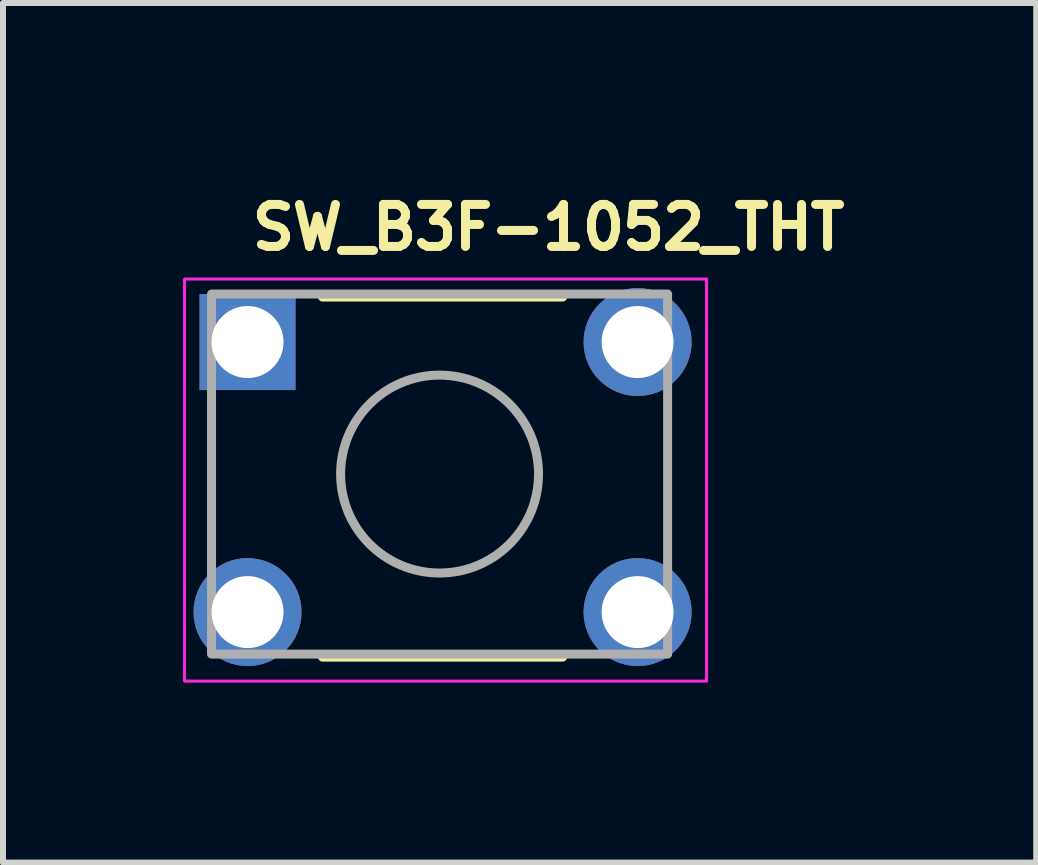
<source format=kicad_pcb>
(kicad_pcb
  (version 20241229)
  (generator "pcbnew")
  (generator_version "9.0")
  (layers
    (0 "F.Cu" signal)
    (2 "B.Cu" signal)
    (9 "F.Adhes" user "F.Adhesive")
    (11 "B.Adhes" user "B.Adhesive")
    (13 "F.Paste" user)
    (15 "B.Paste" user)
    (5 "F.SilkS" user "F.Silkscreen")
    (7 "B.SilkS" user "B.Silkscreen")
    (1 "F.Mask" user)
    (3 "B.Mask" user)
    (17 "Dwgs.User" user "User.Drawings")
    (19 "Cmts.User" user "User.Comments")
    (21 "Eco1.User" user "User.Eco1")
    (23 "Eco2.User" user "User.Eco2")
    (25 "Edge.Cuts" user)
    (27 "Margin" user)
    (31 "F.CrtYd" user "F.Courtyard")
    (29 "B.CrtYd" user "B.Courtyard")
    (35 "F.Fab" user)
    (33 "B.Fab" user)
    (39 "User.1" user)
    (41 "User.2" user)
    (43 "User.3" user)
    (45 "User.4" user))
  (footprint "SW_B3F-1052_THT"
    (layer "F.Cu")
    (at 1.075 2.65)
    (property "Reference" "SW_B3F-1052_THT" (at 0 -1.5 0) (layer "F.SilkS") (effects (font (size 0.7 0.7) (thickness 0.15)) (justify left bottom)))
    (attr through_hole)
    (fp_line (start 1.25 -0.75) (end 5.25 -0.75) (stroke (width 0.15) (type solid)) (layer "F.SilkS"))
    (fp_line (start 1.25 5.25) (end 5.25 5.25) (stroke (width 0.15) (type solid)) (layer "F.SilkS"))
    (fp_rect (start -1.05 -1.05) (end 7.65 5.65) (stroke (width 0.05) (type solid)) (fill no) (layer "F.CrtYd"))
    (fp_rect (start 7 -0.8) (end -0.6 5.2) (stroke (width 0.15) (type solid)) (fill no) (layer "F.Fab"))
    (fp_circle (center 3.2 2.2) (end 4.849 2.2) (stroke (width 0.15) (type solid)) (fill no) (layer "F.Fab"))
    (fp_rect (start -0.7 -0.795) (end 7.1 5.195) (stroke (width 0.1) (type solid)) (fill no) (layer "User.5"))
    (fp_line (start -0.7 -0.405) (end -0.7 0.305) (stroke (width 0.02) (type solid)) (layer "User.9"))
    (fp_line (start -0.7 -0.405) (end -0.679 -0.405) (stroke (width 0.02) (type solid)) (layer "User.9"))
    (fp_line (start -0.7 0.305) (end -0.679 0.305) (stroke (width 0.02) (type solid)) (layer "User.9"))
    (fp_line (start -0.7 4.095) (end -0.679 4.095) (stroke (width 0.02) (type solid)) (layer "User.9"))
    (fp_line (start -0.7 4.805) (end -0.7 4.095) (stroke (width 0.02) (type solid)) (layer "User.9"))
    (fp_line (start -0.7 4.805) (end -0.679 4.805) (stroke (width 0.02) (type solid)) (layer "User.9"))
    (fp_line (start -0.679 -0.405) (end -0.355 -0.405) (stroke (width 0.02) (type solid)) (layer "User.9"))
    (fp_line (start -0.679 0.305) (end -0.355 0.305) (stroke (width 0.02) (type solid)) (layer "User.9"))
    (fp_line (start -0.679 4.095) (end -0.355 4.095) (stroke (width 0.02) (type solid)) (layer "User.9"))
    (fp_line (start -0.679 4.805) (end -0.355 4.805) (stroke (width 0.02) (type solid)) (layer "User.9"))
    (fp_line (start -0.355 -0.405) (end -0.35 -0.405) (stroke (width 0.02) (type solid)) (layer "User.9"))
    (fp_line (start -0.355 0.305) (end -0.35 0.305) (stroke (width 0.02) (type solid)) (layer "User.9"))
    (fp_line (start -0.355 4.095) (end -0.35 4.095) (stroke (width 0.02) (type solid)) (layer "User.9"))
    (fp_line (start -0.355 4.805) (end -0.35 4.805) (stroke (width 0.02) (type solid)) (layer "User.9"))
    (fp_line (start -0.35 -0.405) (end -0.35 0.305) (stroke (width 0.02) (type solid)) (layer "User.9"))
    (fp_line (start -0.35 -0.405) (end -0.233 -0.405) (stroke (width 0.02) (type solid)) (layer "User.9"))
    (fp_line (start -0.35 0.305) (end -0.233 0.305) (stroke (width 0.02) (type solid)) (layer "User.9"))
    (fp_line (start -0.35 4.095) (end -0.233 4.095) (stroke (width 0.02) (type solid)) (layer "User.9"))
    (fp_line (start -0.35 4.805) (end -0.35 4.095) (stroke (width 0.02) (type solid)) (layer "User.9"))
    (fp_line (start -0.35 4.805) (end -0.233 4.805) (stroke (width 0.02) (type solid)) (layer "User.9"))
    (fp_line (start -0.233 -0.405) (end -0.233 -0.405) (stroke (width 0.02) (type solid)) (layer "User.9"))
    (fp_line (start -0.233 -0.405) (end 0.05 -0.405) (stroke (width 0.02) (type solid)) (layer "User.9"))
    (fp_line (start -0.233 0.305) (end -0.233 0.305) (stroke (width 0.02) (type solid)) (layer "User.9"))
    (fp_line (start -0.233 0.305) (end 0.05 0.305) (stroke (width 0.02) (type solid)) (layer "User.9"))
    (fp_line (start -0.233 4.095) (end -0.233 4.095) (stroke (width 0.02) (type solid)) (layer "User.9"))
    (fp_line (start -0.233 4.095) (end 0.05 4.095) (stroke (width 0.02) (type solid)) (layer "User.9"))
    (fp_line (start -0.233 4.805) (end -0.233 4.805) (stroke (width 0.02) (type solid)) (layer "User.9"))
    (fp_line (start -0.233 4.805) (end 0.05 4.805) (stroke (width 0.02) (type solid)) (layer "User.9"))
    (fp_line (start 0.05 -0.405) (end 0.205 -0.405) (stroke (width 0.02) (type solid)) (layer "User.9"))
    (fp_line (start 0.05 0.305) (end 0.205 0.305) (stroke (width 0.02) (type solid)) (layer "User.9"))
    (fp_line (start 0.05 4.095) (end 0.205 4.095) (stroke (width 0.02) (type solid)) (layer "User.9"))
    (fp_line (start 0.05 4.805) (end 0.205 4.805) (stroke (width 0.02) (type solid)) (layer "User.9"))
    (fp_line (start 0.205 -0.495) (end 0.205 4.895) (stroke (width 0.02) (type solid)) (layer "User.9"))
    (fp_line (start 0.205 -0.495) (end 0.205 4.895) (stroke (width 0.02) (type solid)) (layer "User.9"))
    (fp_line (start 0.205 4.895) (end 0.205 4.91) (stroke (width 0.02) (type solid)) (layer "User.9"))
    (fp_line (start 0.205 -0.51) (end 0.205 -0.495) (stroke (width 0.02) (type solid)) (layer "User.9"))
    (fp_line (start 0.205 4.91) (end 0.206 4.925) (stroke (width 0.02) (type solid)) (layer "User.9"))
    (fp_line (start 0.206 -0.525) (end 0.205 -0.51) (stroke (width 0.02) (type solid)) (layer "User.9"))
    (fp_line (start 0.206 4.925) (end 0.208 4.939) (stroke (width 0.02) (type solid)) (layer "User.9"))
    (fp_line (start 0.208 -0.539) (end 0.206 -0.525) (stroke (width 0.02) (type solid)) (layer "User.9"))
    (fp_line (start 0.208 4.939) (end 0.211 4.954) (stroke (width 0.02) (type solid)) (layer "User.9"))
    (fp_line (start 0.211 -0.554) (end 0.208 -0.539) (stroke (width 0.02) (type solid)) (layer "User.9"))
    (fp_line (start 0.211 4.954) (end 0.214 4.968) (stroke (width 0.02) (type solid)) (layer "User.9"))
    (fp_line (start 0.214 -0.568) (end 0.211 -0.554) (stroke (width 0.02) (type solid)) (layer "User.9"))
    (fp_line (start 0.214 4.968) (end 0.218 4.982) (stroke (width 0.02) (type solid)) (layer "User.9"))
    (fp_line (start 0.218 -0.582) (end 0.214 -0.568) (stroke (width 0.02) (type solid)) (layer "User.9"))
    (fp_line (start 0.218 4.982) (end 0.223 4.996) (stroke (width 0.02) (type solid)) (layer "User.9"))
    (fp_line (start 0.223 -0.596) (end 0.218 -0.582) (stroke (width 0.02) (type solid)) (layer "User.9"))
    (fp_line (start 0.223 4.996) (end 0.228 5.01) (stroke (width 0.02) (type solid)) (layer "User.9"))
    (fp_line (start 0.228 -0.61) (end 0.223 -0.596) (stroke (width 0.02) (type solid)) (layer "User.9"))
    (fp_line (start 0.228 5.01) (end 0.234 5.023) (stroke (width 0.02) (type solid)) (layer "User.9"))
    (fp_line (start 0.234 -0.623) (end 0.228 -0.61) (stroke (width 0.02) (type solid)) (layer "User.9"))
    (fp_line (start 0.234 5.023) (end 0.24 5.036) (stroke (width 0.02) (type solid)) (layer "User.9"))
    (fp_line (start 0.24 -0.636) (end 0.234 -0.623) (stroke (width 0.02) (type solid)) (layer "User.9"))
    (fp_line (start 0.24 5.036) (end 0.248 5.049) (stroke (width 0.02) (type solid)) (layer "User.9"))
    (fp_line (start 0.248 -0.649) (end 0.24 -0.636) (stroke (width 0.02) (type solid)) (layer "User.9"))
    (fp_line (start 0.248 5.049) (end 0.255 5.061) (stroke (width 0.02) (type solid)) (layer "User.9"))
    (fp_line (start 0.255 -0.661) (end 0.248 -0.649) (stroke (width 0.02) (type solid)) (layer "User.9"))
    (fp_line (start 0.255 5.061) (end 0.264 5.073) (stroke (width 0.02) (type solid)) (layer "User.9"))
    (fp_line (start 0.264 -0.673) (end 0.255 -0.661) (stroke (width 0.02) (type solid)) (layer "User.9"))
    (fp_line (start 0.264 5.073) (end 0.273 5.085) (stroke (width 0.02) (type solid)) (layer "User.9"))
    (fp_line (start 0.273 -0.685) (end 0.264 -0.673) (stroke (width 0.02) (type solid)) (layer "User.9"))
    (fp_line (start 0.273 5.085) (end 0.283 5.096) (stroke (width 0.02) (type solid)) (layer "User.9"))
    (fp_line (start 0.283 -0.696) (end 0.273 -0.685) (stroke (width 0.02) (type solid)) (layer "User.9"))
    (fp_line (start 0.283 5.096) (end 0.293 5.107) (stroke (width 0.02) (type solid)) (layer "User.9"))
    (fp_line (start 0.293 -0.707) (end 0.283 -0.696) (stroke (width 0.02) (type solid)) (layer "User.9"))
    (fp_line (start 0.293 -0.707) (end 0.293 -0.707) (stroke (width 0.02) (type solid)) (layer "User.9"))
    (fp_line (start 0.293 5.107) (end 0.293 5.107) (stroke (width 0.02) (type solid)) (layer "User.9"))
    (fp_line (start 0.293 5.107) (end 0.304 5.117) (stroke (width 0.02) (type solid)) (layer "User.9"))
    (fp_line (start 0.304 -0.717) (end 0.293 -0.707) (stroke (width 0.02) (type solid)) (layer "User.9"))
    (fp_line (start 0.304 5.117) (end 0.315 5.127) (stroke (width 0.02) (type solid)) (layer "User.9"))
    (fp_line (start 0.315 -0.727) (end 0.304 -0.717) (stroke (width 0.02) (type solid)) (layer "User.9"))
    (fp_line (start 0.315 5.127) (end 0.327 5.136) (stroke (width 0.02) (type solid)) (layer "User.9"))
    (fp_line (start 0.327 -0.736) (end 0.315 -0.727) (stroke (width 0.02) (type solid)) (layer "User.9"))
    (fp_line (start 0.327 5.136) (end 0.339 5.145) (stroke (width 0.02) (type solid)) (layer "User.9"))
    (fp_line (start 0.339 -0.745) (end 0.327 -0.736) (stroke (width 0.02) (type solid)) (layer "User.9"))
    (fp_line (start 0.339 5.145) (end 0.351 5.152) (stroke (width 0.02) (type solid)) (layer "User.9"))
    (fp_line (start 0.351 -0.752) (end 0.339 -0.745) (stroke (width 0.02) (type solid)) (layer "User.9"))
    (fp_line (start 0.351 5.152) (end 0.364 5.16) (stroke (width 0.02) (type solid)) (layer "User.9"))
    (fp_line (start 0.364 -0.76) (end 0.351 -0.752) (stroke (width 0.02) (type solid)) (layer "User.9"))
    (fp_line (start 0.364 5.16) (end 0.377 5.166) (stroke (width 0.02) (type solid)) (layer "User.9"))
    (fp_line (start 0.377 -0.766) (end 0.364 -0.76) (stroke (width 0.02) (type solid)) (layer "User.9"))
    (fp_line (start 0.377 5.166) (end 0.39 5.172) (stroke (width 0.02) (type solid)) (layer "User.9"))
    (fp_line (start 0.39 -0.772) (end 0.377 -0.766) (stroke (width 0.02) (type solid)) (layer "User.9"))
    (fp_line (start 0.39 5.172) (end 0.404 5.177) (stroke (width 0.02) (type solid)) (layer "User.9"))
    (fp_line (start 0.404 -0.777) (end 0.39 -0.772) (stroke (width 0.02) (type solid)) (layer "User.9"))
    (fp_line (start 0.404 5.177) (end 0.418 5.182) (stroke (width 0.02) (type solid)) (layer "User.9"))
    (fp_line (start 0.418 -0.782) (end 0.404 -0.777) (stroke (width 0.02) (type solid)) (layer "User.9"))
    (fp_line (start 0.418 5.182) (end 0.432 5.186) (stroke (width 0.02) (type solid)) (layer "User.9"))
    (fp_line (start 0.432 -0.786) (end 0.418 -0.782) (stroke (width 0.02) (type solid)) (layer "User.9"))
    (fp_line (start 0.432 5.186) (end 0.446 5.189) (stroke (width 0.02) (type solid)) (layer "User.9"))
    (fp_line (start 0.446 -0.789) (end 0.432 -0.786) (stroke (width 0.02) (type solid)) (layer "User.9"))
    (fp_line (start 0.446 5.189) (end 0.461 5.192) (stroke (width 0.02) (type solid)) (layer "User.9"))
    (fp_line (start 0.461 -0.792) (end 0.446 -0.789) (stroke (width 0.02) (type solid)) (layer "User.9"))
    (fp_line (start 0.461 5.192) (end 0.475 5.194) (stroke (width 0.02) (type solid)) (layer "User.9"))
    (fp_line (start 0.475 -0.794) (end 0.461 -0.792) (stroke (width 0.02) (type solid)) (layer "User.9"))
    (fp_line (start 0.475 5.194) (end 0.49 5.195) (stroke (width 0.02) (type solid)) (layer "User.9"))
    (fp_line (start 0.49 -0.795) (end 0.475 -0.794) (stroke (width 0.02) (type solid)) (layer "User.9"))
    (fp_line (start 0.49 5.195) (end 0.505 5.195) (stroke (width 0.02) (type solid)) (layer "User.9"))
    (fp_line (start 0.505 -0.795) (end 0.49 -0.795) (stroke (width 0.02) (type solid)) (layer "User.9"))
    (fp_line (start 0.505 5.195) (end 5.895 5.195) (stroke (width 0.02) (type solid)) (layer "User.9"))
    (fp_line (start 0.505 5.195) (end 5.895 5.195) (stroke (width 0.02) (type solid)) (layer "User.9"))
    (fp_line (start 0.75 0.2) (end 0.751 0.171) (stroke (width 0.02) (type solid)) (layer "User.9"))
    (fp_line (start 0.75 4.2) (end 0.751 4.17) (stroke (width 0.02) (type solid)) (layer "User.9"))
    (fp_line (start 0.75 4.215) (end 0.75 4.2) (stroke (width 0.02) (type solid)) (layer "User.9"))
    (fp_line (start 0.751 0.171) (end 0.754 0.142) (stroke (width 0.02) (type solid)) (layer "User.9"))
    (fp_line (start 0.751 0.229) (end 0.75 0.2) (stroke (width 0.02) (type solid)) (layer "User.9"))
    (fp_line (start 0.751 4.17) (end 0.754 4.14) (stroke (width 0.02) (type solid)) (layer "User.9"))
    (fp_line (start 0.751 4.23) (end 0.75 4.215) (stroke (width 0.02) (type solid)) (layer "User.9"))
    (fp_line (start 0.752 4.245) (end 0.751 4.23) (stroke (width 0.02) (type solid)) (layer "User.9"))
    (fp_line (start 0.754 0.142) (end 0.758 0.113) (stroke (width 0.02) (type solid)) (layer "User.9"))
    (fp_line (start 0.754 0.258) (end 0.751 0.229) (stroke (width 0.02) (type solid)) (layer "User.9"))
    (fp_line (start 0.754 4.14) (end 0.759 4.111) (stroke (width 0.02) (type solid)) (layer "User.9"))
    (fp_line (start 0.754 4.26) (end 0.752 4.245) (stroke (width 0.02) (type solid)) (layer "User.9"))
    (fp_line (start 0.756 4.274) (end 0.754 4.26) (stroke (width 0.02) (type solid)) (layer "User.9"))
    (fp_line (start 0.758 0.113) (end 0.765 0.084) (stroke (width 0.02) (type solid)) (layer "User.9"))
    (fp_line (start 0.758 0.287) (end 0.754 0.258) (stroke (width 0.02) (type solid)) (layer "User.9"))
    (fp_line (start 0.759 4.111) (end 0.766 4.083) (stroke (width 0.02) (type solid)) (layer "User.9"))
    (fp_line (start 0.759 4.289) (end 0.756 4.274) (stroke (width 0.02) (type solid)) (layer "User.9"))
    (fp_line (start 0.762 4.303) (end 0.759 4.289) (stroke (width 0.02) (type solid)) (layer "User.9"))
    (fp_line (start 0.765 0.084) (end 0.774 0.056) (stroke (width 0.02) (type solid)) (layer "User.9"))
    (fp_line (start 0.765 0.316) (end 0.758 0.287) (stroke (width 0.02) (type solid)) (layer "User.9"))
    (fp_line (start 0.766 4.083) (end 0.774 4.055) (stroke (width 0.02) (type solid)) (layer "User.9"))
    (fp_line (start 0.766 4.317) (end 0.762 4.303) (stroke (width 0.02) (type solid)) (layer "User.9"))
    (fp_line (start 0.77 4.332) (end 0.766 4.317) (stroke (width 0.02) (type solid)) (layer "User.9"))
    (fp_line (start 0.774 0.056) (end 0.784 0.029) (stroke (width 0.02) (type solid)) (layer "User.9"))
    (fp_line (start 0.774 0.344) (end 0.765 0.316) (stroke (width 0.02) (type solid)) (layer "User.9"))
    (fp_line (start 0.774 4.055) (end 0.784 4.027) (stroke (width 0.02) (type solid)) (layer "User.9"))
    (fp_line (start 0.774 4.345) (end 0.77 4.332) (stroke (width 0.02) (type solid)) (layer "User.9"))
    (fp_line (start 0.779 4.359) (end 0.774 4.345) (stroke (width 0.02) (type solid)) (layer "User.9"))
    (fp_line (start 0.784 0.029) (end 0.796 0.001) (stroke (width 0.02) (type solid)) (layer "User.9"))
    (fp_line (start 0.784 0.371) (end 0.774 0.344) (stroke (width 0.02) (type solid)) (layer "User.9"))
    (fp_line (start 0.784 4.027) (end 0.797 4.001) (stroke (width 0.02) (type solid)) (layer "User.9"))
    (fp_line (start 0.784 4.373) (end 0.779 4.359) (stroke (width 0.02) (type solid)) (layer "User.9"))
    (fp_line (start 0.79 4.386) (end 0.784 4.373) (stroke (width 0.02) (type solid)) (layer "User.9"))
    (fp_line (start 0.796 0.001) (end 0.81 -0.025) (stroke (width 0.02) (type solid)) (layer "User.9"))
    (fp_line (start 0.796 0.399) (end 0.784 0.371) (stroke (width 0.02) (type solid)) (layer "User.9"))
    (fp_line (start 0.797 4.001) (end 0.81 3.975) (stroke (width 0.02) (type solid)) (layer "User.9"))
    (fp_line (start 0.797 4.399) (end 0.79 4.386) (stroke (width 0.02) (type solid)) (layer "User.9"))
    (fp_line (start 0.803 4.412) (end 0.797 4.399) (stroke (width 0.02) (type solid)) (layer "User.9"))
    (fp_line (start 0.81 -0.025) (end 0.81 -0.025) (stroke (width 0.02) (type solid)) (layer "User.9"))
    (fp_line (start 0.81 -0.025) (end 0.818 -0.038) (stroke (width 0.02) (type solid)) (layer "User.9"))
    (fp_line (start 0.81 0.425) (end 0.796 0.399) (stroke (width 0.02) (type solid)) (layer "User.9"))
    (fp_line (start 0.81 0.425) (end 0.81 0.425) (stroke (width 0.02) (type solid)) (layer "User.9"))
    (fp_line (start 0.81 3.975) (end 0.826 3.95) (stroke (width 0.02) (type solid)) (layer "User.9"))
    (fp_line (start 0.81 4.425) (end 0.803 4.412) (stroke (width 0.02) (type solid)) (layer "User.9"))
    (fp_line (start 0.818 4.437) (end 0.81 4.425) (stroke (width 0.02) (type solid)) (layer "User.9"))
    (fp_line (start 0.818 -0.038) (end 0.826 -0.05) (stroke (width 0.02) (type solid)) (layer "User.9"))
    (fp_line (start 0.826 3.95) (end 0.843 3.927) (stroke (width 0.02) (type solid)) (layer "User.9"))
    (fp_line (start 0.826 4.45) (end 0.818 4.437) (stroke (width 0.02) (type solid)) (layer "User.9"))
    (fp_line (start 0.826 -0.05) (end 0.835 -0.063) (stroke (width 0.02) (type solid)) (layer "User.9"))
    (fp_line (start 0.826 0.45) (end 0.81 0.425) (stroke (width 0.02) (type solid)) (layer "User.9"))
    (fp_line (start 0.834 4.462) (end 0.826 4.45) (stroke (width 0.02) (type solid)) (layer "User.9"))
    (fp_line (start 0.835 -0.063) (end 0.844 -0.075) (stroke (width 0.02) (type solid)) (layer "User.9"))
    (fp_line (start 0.843 3.927) (end 0.861 3.904) (stroke (width 0.02) (type solid)) (layer "User.9"))
    (fp_line (start 0.843 4.473) (end 0.834 4.462) (stroke (width 0.02) (type solid)) (layer "User.9"))
    (fp_line (start 0.844 -0.075) (end 0.853 -0.086) (stroke (width 0.02) (type solid)) (layer "User.9"))
    (fp_line (start 0.844 0.475) (end 0.826 0.45) (stroke (width 0.02) (type solid)) (layer "User.9"))
    (fp_line (start 0.852 4.485) (end 0.843 4.473) (stroke (width 0.02) (type solid)) (layer "User.9"))
    (fp_line (start 0.853 -0.086) (end 0.862 -0.097) (stroke (width 0.02) (type solid)) (layer "User.9"))
    (fp_line (start 0.861 3.904) (end 0.881 3.882) (stroke (width 0.02) (type solid)) (layer "User.9"))
    (fp_line (start 0.861 4.496) (end 0.852 4.485) (stroke (width 0.02) (type solid)) (layer "User.9"))
    (fp_line (start 0.862 -0.097) (end 0.872 -0.108) (stroke (width 0.02) (type solid)) (layer "User.9"))
    (fp_line (start 0.862 0.497) (end 0.844 0.475) (stroke (width 0.02) (type solid)) (layer "User.9"))
    (fp_line (start 0.871 4.507) (end 0.861 4.496) (stroke (width 0.02) (type solid)) (layer "User.9"))
    (fp_line (start 0.872 -0.108) (end 0.882 -0.119) (stroke (width 0.02) (type solid)) (layer "User.9"))
    (fp_line (start 0.881 3.882) (end 0.903 3.862) (stroke (width 0.02) (type solid)) (layer "User.9"))
    (fp_line (start 0.881 4.518) (end 0.871 4.507) (stroke (width 0.02) (type solid)) (layer "User.9"))
    (fp_line (start 0.882 -0.119) (end 0.893 -0.129) (stroke (width 0.02) (type solid)) (layer "User.9"))
    (fp_line (start 0.882 0.519) (end 0.862 0.497) (stroke (width 0.02) (type solid)) (layer "User.9"))
    (fp_line (start 0.892 4.528) (end 0.881 4.518) (stroke (width 0.02) (type solid)) (layer "User.9"))
    (fp_line (start 0.893 -0.129) (end 0.904 -0.139) (stroke (width 0.02) (type solid)) (layer "User.9"))
    (fp_line (start 0.903 3.862) (end 0.925 3.844) (stroke (width 0.02) (type solid)) (layer "User.9"))
    (fp_line (start 0.903 4.538) (end 0.892 4.528) (stroke (width 0.02) (type solid)) (layer "User.9"))
    (fp_line (start 0.904 -0.139) (end 0.915 -0.148) (stroke (width 0.02) (type solid)) (layer "User.9"))
    (fp_line (start 0.904 0.539) (end 0.882 0.519) (stroke (width 0.02) (type solid)) (layer "User.9"))
    (fp_line (start 0.914 4.547) (end 0.903 4.538) (stroke (width 0.02) (type solid)) (layer "User.9"))
    (fp_line (start 0.915 -0.148) (end 0.927 -0.157) (stroke (width 0.02) (type solid)) (layer "User.9"))
    (fp_line (start 0.925 3.844) (end 0.95 3.826) (stroke (width 0.02) (type solid)) (layer "User.9"))
    (fp_line (start 0.925 4.556) (end 0.914 4.547) (stroke (width 0.02) (type solid)) (layer "User.9"))
    (fp_line (start 0.927 -0.157) (end 0.938 -0.166) (stroke (width 0.02) (type solid)) (layer "User.9"))
    (fp_line (start 0.927 0.557) (end 0.904 0.539) (stroke (width 0.02) (type solid)) (layer "User.9"))
    (fp_line (start 0.937 4.565) (end 0.925 4.556) (stroke (width 0.02) (type solid)) (layer "User.9"))
    (fp_line (start 0.938 -0.166) (end 0.95 -0.174) (stroke (width 0.02) (type solid)) (layer "User.9"))
    (fp_line (start 0.95 3.826) (end 0.975 3.81) (stroke (width 0.02) (type solid)) (layer "User.9"))
    (fp_line (start 0.95 4.574) (end 0.937 4.565) (stroke (width 0.02) (type solid)) (layer "User.9"))
    (fp_line (start 0.95 -0.174) (end 0.963 -0.182) (stroke (width 0.02) (type solid)) (layer "User.9"))
    (fp_line (start 0.95 0.574) (end 0.927 0.557) (stroke (width 0.02) (type solid)) (layer "User.9"))
    (fp_line (start 0.962 4.582) (end 0.95 4.574) (stroke (width 0.02) (type solid)) (layer "User.9"))
    (fp_line (start 0.963 -0.182) (end 0.975 -0.19) (stroke (width 0.02) (type solid)) (layer "User.9"))
    (fp_line (start 0.975 -0.19) (end 0.988 -0.197) (stroke (width 0.02) (type solid)) (layer "User.9"))
    (fp_line (start 0.975 0.59) (end 0.95 0.574) (stroke (width 0.02) (type solid)) (layer "User.9"))
    (fp_line (start 0.975 3.81) (end 0.975 3.81) (stroke (width 0.02) (type solid)) (layer "User.9"))
    (fp_line (start 0.975 3.81) (end 1.001 3.796) (stroke (width 0.02) (type solid)) (layer "User.9"))
    (fp_line (start 0.975 4.59) (end 0.962 4.582) (stroke (width 0.02) (type solid)) (layer "User.9"))
    (fp_line (start 0.975 4.59) (end 0.975 4.59) (stroke (width 0.02) (type solid)) (layer "User.9"))
    (fp_line (start 0.988 -0.197) (end 1.001 -0.203) (stroke (width 0.02) (type solid)) (layer "User.9"))
    (fp_line (start 1.001 -0.203) (end 1.014 -0.21) (stroke (width 0.02) (type solid)) (layer "User.9"))
    (fp_line (start 1.001 0.603) (end 0.975 0.59) (stroke (width 0.02) (type solid)) (layer "User.9"))
    (fp_line (start 1.001 3.796) (end 1.029 3.784) (stroke (width 0.02) (type solid)) (layer "User.9"))
    (fp_line (start 1.001 4.604) (end 0.975 4.59) (stroke (width 0.02) (type solid)) (layer "User.9"))
    (fp_line (start 1.014 -0.21) (end 1.027 -0.216) (stroke (width 0.02) (type solid)) (layer "User.9"))
    (fp_line (start 1.027 -0.216) (end 1.041 -0.221) (stroke (width 0.02) (type solid)) (layer "User.9"))
    (fp_line (start 1.027 0.616) (end 1.001 0.603) (stroke (width 0.02) (type solid)) (layer "User.9"))
    (fp_line (start 1.029 3.784) (end 1.056 3.774) (stroke (width 0.02) (type solid)) (layer "User.9"))
    (fp_line (start 1.029 4.616) (end 1.001 4.604) (stroke (width 0.02) (type solid)) (layer "User.9"))
    (fp_line (start 1.041 -0.221) (end 1.055 -0.226) (stroke (width 0.02) (type solid)) (layer "User.9"))
    (fp_line (start 1.055 -0.226) (end 1.068 -0.23) (stroke (width 0.02) (type solid)) (layer "User.9"))
    (fp_line (start 1.055 0.626) (end 1.027 0.616) (stroke (width 0.02) (type solid)) (layer "User.9"))
    (fp_line (start 1.056 3.774) (end 1.084 3.765) (stroke (width 0.02) (type solid)) (layer "User.9"))
    (fp_line (start 1.056 4.626) (end 1.029 4.616) (stroke (width 0.02) (type solid)) (layer "User.9"))
    (fp_line (start 1.068 -0.23) (end 1.083 -0.234) (stroke (width 0.02) (type solid)) (layer "User.9"))
    (fp_line (start 1.083 -0.234) (end 1.097 -0.238) (stroke (width 0.02) (type solid)) (layer "User.9"))
    (fp_line (start 1.083 0.634) (end 1.055 0.626) (stroke (width 0.02) (type solid)) (layer "User.9"))
    (fp_line (start 1.084 3.765) (end 1.113 3.758) (stroke (width 0.02) (type solid)) (layer "User.9"))
    (fp_line (start 1.084 4.635) (end 1.056 4.626) (stroke (width 0.02) (type solid)) (layer "User.9"))
    (fp_line (start 1.097 -0.238) (end 1.111 -0.241) (stroke (width 0.02) (type solid)) (layer "User.9"))
    (fp_line (start 1.111 -0.241) (end 1.126 -0.244) (stroke (width 0.02) (type solid)) (layer "User.9"))
    (fp_line (start 1.111 0.641) (end 1.083 0.634) (stroke (width 0.02) (type solid)) (layer "User.9"))
    (fp_line (start 1.113 3.758) (end 1.142 3.754) (stroke (width 0.02) (type solid)) (layer "User.9"))
    (fp_line (start 1.113 4.642) (end 1.084 4.635) (stroke (width 0.02) (type solid)) (layer "User.9"))
    (fp_line (start 1.126 -0.244) (end 1.14 -0.246) (stroke (width 0.02) (type solid)) (layer "User.9"))
    (fp_line (start 1.14 -0.246) (end 1.155 -0.248) (stroke (width 0.02) (type solid)) (layer "User.9"))
    (fp_line (start 1.14 0.646) (end 1.111 0.641) (stroke (width 0.02) (type solid)) (layer "User.9"))
    (fp_line (start 1.142 3.754) (end 1.171 3.751) (stroke (width 0.02) (type solid)) (layer "User.9"))
    (fp_line (start 1.142 4.646) (end 1.113 4.642) (stroke (width 0.02) (type solid)) (layer "User.9"))
    (fp_line (start 1.155 -0.248) (end 1.17 -0.249) (stroke (width 0.02) (type solid)) (layer "User.9"))
    (fp_line (start 1.17 -0.249) (end 1.185 -0.25) (stroke (width 0.02) (type solid)) (layer "User.9"))
    (fp_line (start 1.17 0.649) (end 1.14 0.646) (stroke (width 0.02) (type solid)) (layer "User.9"))
    (fp_line (start 1.171 3.751) (end 1.2 3.75) (stroke (width 0.02) (type solid)) (layer "User.9"))
    (fp_line (start 1.171 4.649) (end 1.142 4.646) (stroke (width 0.02) (type solid)) (layer "User.9"))
    (fp_line (start 1.185 -0.25) (end 1.2 -0.25) (stroke (width 0.02) (type solid)) (layer "User.9"))
    (fp_line (start 1.2 -0.25) (end 1.23 -0.249) (stroke (width 0.02) (type solid)) (layer "User.9"))
    (fp_line (start 1.2 0.65) (end 1.17 0.649) (stroke (width 0.02) (type solid)) (layer "User.9"))
    (fp_line (start 1.2 3.75) (end 1.229 3.751) (stroke (width 0.02) (type solid)) (layer "User.9"))
    (fp_line (start 1.2 4.65) (end 1.171 4.649) (stroke (width 0.02) (type solid)) (layer "User.9"))
    (fp_line (start 1.215 0.65) (end 1.2 0.65) (stroke (width 0.02) (type solid)) (layer "User.9"))
    (fp_line (start 1.229 3.751) (end 1.258 3.754) (stroke (width 0.02) (type solid)) (layer "User.9"))
    (fp_line (start 1.229 4.649) (end 1.2 4.65) (stroke (width 0.02) (type solid)) (layer "User.9"))
    (fp_line (start 1.23 -0.249) (end 1.26 -0.246) (stroke (width 0.02) (type solid)) (layer "User.9"))
    (fp_line (start 1.23 0.649) (end 1.215 0.65) (stroke (width 0.02) (type solid)) (layer "User.9"))
    (fp_line (start 1.245 0.648) (end 1.23 0.649) (stroke (width 0.02) (type solid)) (layer "User.9"))
    (fp_line (start 1.258 3.754) (end 1.287 3.758) (stroke (width 0.02) (type solid)) (layer "User.9"))
    (fp_line (start 1.258 4.646) (end 1.229 4.649) (stroke (width 0.02) (type solid)) (layer "User.9"))
    (fp_line (start 1.26 -0.246) (end 1.289 -0.241) (stroke (width 0.02) (type solid)) (layer "User.9"))
    (fp_line (start 1.26 0.646) (end 1.245 0.648) (stroke (width 0.02) (type solid)) (layer "User.9"))
    (fp_line (start 1.274 0.644) (end 1.26 0.646) (stroke (width 0.02) (type solid)) (layer "User.9"))
    (fp_line (start 1.287 3.758) (end 1.316 3.765) (stroke (width 0.02) (type solid)) (layer "User.9"))
    (fp_line (start 1.287 4.642) (end 1.258 4.646) (stroke (width 0.02) (type solid)) (layer "User.9"))
    (fp_line (start 1.289 -0.241) (end 1.317 -0.234) (stroke (width 0.02) (type solid)) (layer "User.9"))
    (fp_line (start 1.289 0.641) (end 1.274 0.644) (stroke (width 0.02) (type solid)) (layer "User.9"))
    (fp_line (start 1.303 0.638) (end 1.289 0.641) (stroke (width 0.02) (type solid)) (layer "User.9"))
    (fp_line (start 1.316 3.765) (end 1.344 3.774) (stroke (width 0.02) (type solid)) (layer "User.9"))
    (fp_line (start 1.316 4.635) (end 1.287 4.642) (stroke (width 0.02) (type solid)) (layer "User.9"))
    (fp_line (start 1.317 -0.234) (end 1.345 -0.226) (stroke (width 0.02) (type solid)) (layer "User.9"))
    (fp_line (start 1.317 0.634) (end 1.303 0.638) (stroke (width 0.02) (type solid)) (layer "User.9"))
    (fp_line (start 1.332 0.63) (end 1.317 0.634) (stroke (width 0.02) (type solid)) (layer "User.9"))
    (fp_line (start 1.344 3.774) (end 1.371 3.784) (stroke (width 0.02) (type solid)) (layer "User.9"))
    (fp_line (start 1.344 4.626) (end 1.316 4.635) (stroke (width 0.02) (type solid)) (layer "User.9"))
    (fp_line (start 1.345 -0.226) (end 1.373 -0.216) (stroke (width 0.02) (type solid)) (layer "User.9"))
    (fp_line (start 1.345 0.626) (end 1.332 0.63) (stroke (width 0.02) (type solid)) (layer "User.9"))
    (fp_line (start 1.359 0.621) (end 1.345 0.626) (stroke (width 0.02) (type solid)) (layer "User.9"))
    (fp_line (start 1.371 3.784) (end 1.399 3.796) (stroke (width 0.02) (type solid)) (layer "User.9"))
    (fp_line (start 1.371 4.616) (end 1.344 4.626) (stroke (width 0.02) (type solid)) (layer "User.9"))
    (fp_line (start 1.373 -0.216) (end 1.399 -0.203) (stroke (width 0.02) (type solid)) (layer "User.9"))
    (fp_line (start 1.373 0.616) (end 1.359 0.621) (stroke (width 0.02) (type solid)) (layer "User.9"))
    (fp_line (start 1.386 0.61) (end 1.373 0.616) (stroke (width 0.02) (type solid)) (layer "User.9"))
    (fp_line (start 1.399 3.796) (end 1.425 3.81) (stroke (width 0.02) (type solid)) (layer "User.9"))
    (fp_line (start 1.399 4.604) (end 1.371 4.616) (stroke (width 0.02) (type solid)) (layer "User.9"))
    (fp_line (start 1.399 -0.203) (end 1.425 -0.19) (stroke (width 0.02) (type solid)) (layer "User.9"))
    (fp_line (start 1.399 0.603) (end 1.386 0.61) (stroke (width 0.02) (type solid)) (layer "User.9"))
    (fp_line (start 1.412 0.597) (end 1.399 0.603) (stroke (width 0.02) (type solid)) (layer "User.9"))
    (fp_line (start 1.425 -0.19) (end 1.45 -0.174) (stroke (width 0.02) (type solid)) (layer "User.9"))
    (fp_line (start 1.425 0.59) (end 1.412 0.597) (stroke (width 0.02) (type solid)) (layer "User.9"))
    (fp_line (start 1.425 3.81) (end 1.425 3.81) (stroke (width 0.02) (type solid)) (layer "User.9"))
    (fp_line (start 1.425 3.81) (end 1.438 3.818) (stroke (width 0.02) (type solid)) (layer "User.9"))
    (fp_line (start 1.425 4.59) (end 1.399 4.604) (stroke (width 0.02) (type solid)) (layer "User.9"))
    (fp_line (start 1.425 4.59) (end 1.425 4.59) (stroke (width 0.02) (type solid)) (layer "User.9"))
    (fp_line (start 1.437 0.582) (end 1.425 0.59) (stroke (width 0.02) (type solid)) (layer "User.9"))
    (fp_line (start 1.438 3.818) (end 1.45 3.826) (stroke (width 0.02) (type solid)) (layer "User.9"))
    (fp_line (start 1.445 2.2) (end 1.447 2.11) (stroke (width 0.02) (type solid)) (layer "User.9"))
    (fp_line (start 1.447 2.11) (end 1.454 2.021) (stroke (width 0.02) (type solid)) (layer "User.9"))
    (fp_line (start 1.447 2.29) (end 1.445 2.2) (stroke (width 0.02) (type solid)) (layer "User.9"))
    (fp_line (start 1.45 -0.174) (end 1.473 -0.157) (stroke (width 0.02) (type solid)) (layer "User.9"))
    (fp_line (start 1.45 0.574) (end 1.437 0.582) (stroke (width 0.02) (type solid)) (layer "User.9"))
    (fp_line (start 1.45 3.826) (end 1.463 3.835) (stroke (width 0.02) (type solid)) (layer "User.9"))
    (fp_line (start 1.45 4.574) (end 1.425 4.59) (stroke (width 0.02) (type solid)) (layer "User.9"))
    (fp_line (start 1.454 2.021) (end 1.465 1.933) (stroke (width 0.02) (type solid)) (layer "User.9"))
    (fp_line (start 1.454 2.379) (end 1.447 2.29) (stroke (width 0.02) (type solid)) (layer "User.9"))
    (fp_line (start 1.462 0.566) (end 1.45 0.574) (stroke (width 0.02) (type solid)) (layer "User.9"))
    (fp_line (start 1.463 3.835) (end 1.475 3.844) (stroke (width 0.02) (type solid)) (layer "User.9"))
    (fp_line (start 1.465 1.933) (end 1.481 1.846) (stroke (width 0.02) (type solid)) (layer "User.9"))
    (fp_line (start 1.465 2.467) (end 1.454 2.379) (stroke (width 0.02) (type solid)) (layer "User.9"))
    (fp_line (start 1.473 -0.157) (end 1.496 -0.139) (stroke (width 0.02) (type solid)) (layer "User.9"))
    (fp_line (start 1.473 0.557) (end 1.462 0.566) (stroke (width 0.02) (type solid)) (layer "User.9"))
    (fp_line (start 1.475 3.844) (end 1.486 3.853) (stroke (width 0.02) (type solid)) (layer "User.9"))
    (fp_line (start 1.475 4.556) (end 1.45 4.574) (stroke (width 0.02) (type solid)) (layer "User.9"))
    (fp_line (start 1.481 1.846) (end 1.5 1.762) (stroke (width 0.02) (type solid)) (layer "User.9"))
    (fp_line (start 1.481 2.554) (end 1.465 2.467) (stroke (width 0.02) (type solid)) (layer "User.9"))
    (fp_line (start 1.485 0.548) (end 1.473 0.557) (stroke (width 0.02) (type solid)) (layer "User.9"))
    (fp_line (start 1.486 3.853) (end 1.497 3.862) (stroke (width 0.02) (type solid)) (layer "User.9"))
    (fp_line (start 1.496 -0.139) (end 1.518 -0.119) (stroke (width 0.02) (type solid)) (layer "User.9"))
    (fp_line (start 1.496 0.539) (end 1.485 0.548) (stroke (width 0.02) (type solid)) (layer "User.9"))
    (fp_line (start 1.497 3.862) (end 1.508 3.872) (stroke (width 0.02) (type solid)) (layer "User.9"))
    (fp_line (start 1.497 4.538) (end 1.475 4.556) (stroke (width 0.02) (type solid)) (layer "User.9"))
    (fp_line (start 1.5 1.762) (end 1.524 1.678) (stroke (width 0.02) (type solid)) (layer "User.9"))
    (fp_line (start 1.5 2.638) (end 1.481 2.554) (stroke (width 0.02) (type solid)) (layer "User.9"))
    (fp_line (start 1.507 0.529) (end 1.496 0.539) (stroke (width 0.02) (type solid)) (layer "User.9"))
    (fp_line (start 1.508 3.872) (end 1.519 3.882) (stroke (width 0.02) (type solid)) (layer "User.9"))
    (fp_line (start 1.518 -0.119) (end 1.538 -0.097) (stroke (width 0.02) (type solid)) (layer "User.9"))
    (fp_line (start 1.518 0.519) (end 1.507 0.529) (stroke (width 0.02) (type solid)) (layer "User.9"))
    (fp_line (start 1.519 3.882) (end 1.529 3.893) (stroke (width 0.02) (type solid)) (layer "User.9"))
    (fp_line (start 1.519 4.518) (end 1.497 4.538) (stroke (width 0.02) (type solid)) (layer "User.9"))
    (fp_line (start 1.524 1.678) (end 1.552 1.597) (stroke (width 0.02) (type solid)) (layer "User.9"))
    (fp_line (start 1.524 2.722) (end 1.5 2.638) (stroke (width 0.02) (type solid)) (layer "User.9"))
    (fp_line (start 1.528 0.508) (end 1.518 0.519) (stroke (width 0.02) (type solid)) (layer "User.9"))
    (fp_line (start 1.529 3.893) (end 1.539 3.904) (stroke (width 0.02) (type solid)) (layer "User.9"))
    (fp_line (start 1.538 -0.097) (end 1.556 -0.075) (stroke (width 0.02) (type solid)) (layer "User.9"))
    (fp_line (start 1.538 0.497) (end 1.528 0.508) (stroke (width 0.02) (type solid)) (layer "User.9"))
    (fp_line (start 1.539 3.904) (end 1.548 3.915) (stroke (width 0.02) (type solid)) (layer "User.9"))
    (fp_line (start 1.539 4.496) (end 1.519 4.518) (stroke (width 0.02) (type solid)) (layer "User.9"))
    (fp_line (start 1.547 0.486) (end 1.538 0.497) (stroke (width 0.02) (type solid)) (layer "User.9"))
    (fp_line (start 1.548 3.915) (end 1.557 3.927) (stroke (width 0.02) (type solid)) (layer "User.9"))
    (fp_line (start 1.552 1.597) (end 1.583 1.517) (stroke (width 0.02) (type solid)) (layer "User.9"))
    (fp_line (start 1.552 2.803) (end 1.524 2.722) (stroke (width 0.02) (type solid)) (layer "User.9"))
    (fp_line (start 1.556 -0.075) (end 1.574 -0.05) (stroke (width 0.02) (type solid)) (layer "User.9"))
    (fp_line (start 1.556 0.475) (end 1.547 0.486) (stroke (width 0.02) (type solid)) (layer "User.9"))
    (fp_line (start 1.557 3.927) (end 1.566 3.938) (stroke (width 0.02) (type solid)) (layer "User.9"))
    (fp_line (start 1.557 4.473) (end 1.539 4.496) (stroke (width 0.02) (type solid)) (layer "User.9"))
    (fp_line (start 1.565 0.463) (end 1.556 0.475) (stroke (width 0.02) (type solid)) (layer "User.9"))
    (fp_line (start 1.566 3.938) (end 1.574 3.95) (stroke (width 0.02) (type solid)) (layer "User.9"))
    (fp_line (start 1.574 -0.05) (end 1.59 -0.025) (stroke (width 0.02) (type solid)) (layer "User.9"))
    (fp_line (start 1.574 0.45) (end 1.565 0.463) (stroke (width 0.02) (type solid)) (layer "User.9"))
    (fp_line (start 1.574 3.95) (end 1.582 3.963) (stroke (width 0.02) (type solid)) (layer "User.9"))
    (fp_line (start 1.574 4.45) (end 1.557 4.473) (stroke (width 0.02) (type solid)) (layer "User.9"))
    (fp_line (start 1.582 0.438) (end 1.574 0.45) (stroke (width 0.02) (type solid)) (layer "User.9"))
    (fp_line (start 1.582 3.963) (end 1.59 3.975) (stroke (width 0.02) (type solid)) (layer "User.9"))
    (fp_line (start 1.583 1.517) (end 1.618 1.439) (stroke (width 0.02) (type solid)) (layer "User.9"))
    (fp_line (start 1.583 2.883) (end 1.552 2.803) (stroke (width 0.02) (type solid)) (layer "User.9"))
    (fp_line (start 1.59 -0.025) (end 1.59 -0.025) (stroke (width 0.02) (type solid)) (layer "User.9"))
    (fp_line (start 1.59 -0.025) (end 1.604 0.001) (stroke (width 0.02) (type solid)) (layer "User.9"))
    (fp_line (start 1.59 0.425) (end 1.582 0.438) (stroke (width 0.02) (type solid)) (layer "User.9"))
    (fp_line (start 1.59 0.425) (end 1.59 0.425) (stroke (width 0.02) (type solid)) (layer "User.9"))
    (fp_line (start 1.59 3.975) (end 1.597 3.988) (stroke (width 0.02) (type solid)) (layer "User.9"))
    (fp_line (start 1.59 4.425) (end 1.574 4.45) (stroke (width 0.02) (type solid)) (layer "User.9"))
    (fp_line (start 1.597 3.988) (end 1.603 4.001) (stroke (width 0.02) (type solid)) (layer "User.9"))
    (fp_line (start 1.603 4.001) (end 1.61 4.014) (stroke (width 0.02) (type solid)) (layer "User.9"))
    (fp_line (start 1.603 4.399) (end 1.59 4.425) (stroke (width 0.02) (type solid)) (layer "User.9"))
    (fp_line (start 1.604 0.001) (end 1.616 0.029) (stroke (width 0.02) (type solid)) (layer "User.9"))
    (fp_line (start 1.604 0.399) (end 1.59 0.425) (stroke (width 0.02) (type solid)) (layer "User.9"))
    (fp_line (start 1.61 4.014) (end 1.616 4.027) (stroke (width 0.02) (type solid)) (layer "User.9"))
    (fp_line (start 1.616 4.027) (end 1.621 4.041) (stroke (width 0.02) (type solid)) (layer "User.9"))
    (fp_line (start 1.616 4.373) (end 1.603 4.399) (stroke (width 0.02) (type solid)) (layer "User.9"))
    (fp_line (start 1.616 0.029) (end 1.626 0.056) (stroke (width 0.02) (type solid)) (layer "User.9"))
    (fp_line (start 1.616 0.371) (end 1.604 0.399) (stroke (width 0.02) (type solid)) (layer "User.9"))
    (fp_line (start 1.618 1.439) (end 1.657 1.364) (stroke (width 0.02) (type solid)) (layer "User.9"))
    (fp_line (start 1.618 2.961) (end 1.583 2.883) (stroke (width 0.02) (type solid)) (layer "User.9"))
    (fp_line (start 1.621 4.041) (end 1.626 4.055) (stroke (width 0.02) (type solid)) (layer "User.9"))
    (fp_line (start 1.626 4.055) (end 1.63 4.068) (stroke (width 0.02) (type solid)) (layer "User.9"))
    (fp_line (start 1.626 4.345) (end 1.616 4.373) (stroke (width 0.02) (type solid)) (layer "User.9"))
    (fp_line (start 1.626 0.056) (end 1.635 0.084) (stroke (width 0.02) (type solid)) (layer "User.9"))
    (fp_line (start 1.626 0.344) (end 1.616 0.371) (stroke (width 0.02) (type solid)) (layer "User.9"))
    (fp_line (start 1.63 4.068) (end 1.634 4.083) (stroke (width 0.02) (type solid)) (layer "User.9"))
    (fp_line (start 1.634 4.083) (end 1.638 4.097) (stroke (width 0.02) (type solid)) (layer "User.9"))
    (fp_line (start 1.634 4.317) (end 1.626 4.345) (stroke (width 0.02) (type solid)) (layer "User.9"))
    (fp_line (start 1.635 0.084) (end 1.642 0.113) (stroke (width 0.02) (type solid)) (layer "User.9"))
    (fp_line (start 1.635 0.316) (end 1.626 0.344) (stroke (width 0.02) (type solid)) (layer "User.9"))
    (fp_line (start 1.638 4.097) (end 1.641 4.111) (stroke (width 0.02) (type solid)) (layer "User.9"))
    (fp_line (start 1.641 4.111) (end 1.644 4.126) (stroke (width 0.02) (type solid)) (layer "User.9"))
    (fp_line (start 1.641 4.289) (end 1.634 4.317) (stroke (width 0.02) (type solid)) (layer "User.9"))
    (fp_line (start 1.642 0.113) (end 1.646 0.142) (stroke (width 0.02) (type solid)) (layer "User.9"))
    (fp_line (start 1.642 0.287) (end 1.635 0.316) (stroke (width 0.02) (type solid)) (layer "User.9"))
    (fp_line (start 1.644 4.126) (end 1.646 4.14) (stroke (width 0.02) (type solid)) (layer "User.9"))
    (fp_line (start 1.646 4.14) (end 1.648 4.155) (stroke (width 0.02) (type solid)) (layer "User.9"))
    (fp_line (start 1.646 4.26) (end 1.641 4.289) (stroke (width 0.02) (type solid)) (layer "User.9"))
    (fp_line (start 1.646 0.142) (end 1.649 0.171) (stroke (width 0.02) (type solid)) (layer "User.9"))
    (fp_line (start 1.646 0.258) (end 1.642 0.287) (stroke (width 0.02) (type solid)) (layer "User.9"))
    (fp_line (start 1.648 4.155) (end 1.649 4.17) (stroke (width 0.02) (type solid)) (layer "User.9"))
    (fp_line (start 1.649 4.17) (end 1.65 4.185) (stroke (width 0.02) (type solid)) (layer "User.9"))
    (fp_line (start 1.649 4.23) (end 1.646 4.26) (stroke (width 0.02) (type solid)) (layer "User.9"))
    (fp_line (start 1.649 0.171) (end 1.65 0.2) (stroke (width 0.02) (type solid)) (layer "User.9"))
    (fp_line (start 1.649 0.229) (end 1.646 0.258) (stroke (width 0.02) (type solid)) (layer "User.9"))
    (fp_line (start 1.65 4.185) (end 1.65 4.2) (stroke (width 0.02) (type solid)) (layer "User.9"))
    (fp_line (start 1.65 0.2) (end 1.649 0.229) (stroke (width 0.02) (type solid)) (layer "User.9"))
    (fp_line (start 1.65 4.2) (end 1.649 4.23) (stroke (width 0.02) (type solid)) (layer "User.9"))
    (fp_line (start 1.657 1.364) (end 1.699 1.29) (stroke (width 0.02) (type solid)) (layer "User.9"))
    (fp_line (start 1.657 3.036) (end 1.618 2.961) (stroke (width 0.02) (type solid)) (layer "User.9"))
    (fp_line (start 1.699 1.29) (end 1.745 1.219) (stroke (width 0.02) (type solid)) (layer "User.9"))
    (fp_line (start 1.699 3.11) (end 1.657 3.036) (stroke (width 0.02) (type solid)) (layer "User.9"))
    (fp_line (start 1.745 1.219) (end 1.794 1.15) (stroke (width 0.02) (type solid)) (layer "User.9"))
    (fp_line (start 1.745 3.181) (end 1.699 3.11) (stroke (width 0.02) (type solid)) (layer "User.9"))
    (fp_line (start 1.794 1.15) (end 1.846 1.084) (stroke (width 0.02) (type solid)) (layer "User.9"))
    (fp_line (start 1.794 3.25) (end 1.745 3.181) (stroke (width 0.02) (type solid)) (layer "User.9"))
    (fp_line (start 1.846 1.084) (end 1.901 1.021) (stroke (width 0.02) (type solid)) (layer "User.9"))
    (fp_line (start 1.846 3.316) (end 1.794 3.25) (stroke (width 0.02) (type solid)) (layer "User.9"))
    (fp_line (start 1.901 1.021) (end 1.959 0.96) (stroke (width 0.02) (type solid)) (layer "User.9"))
    (fp_line (start 1.901 3.38) (end 1.846 3.316) (stroke (width 0.02) (type solid)) (layer "User.9"))
    (fp_line (start 1.959 0.96) (end 2.02 0.902) (stroke (width 0.02) (type solid)) (layer "User.9"))
    (fp_line (start 1.959 3.44) (end 1.901 3.38) (stroke (width 0.02) (type solid)) (layer "User.9"))
    (fp_line (start 2.02 0.902) (end 2.084 0.846) (stroke (width 0.02) (type solid)) (layer "User.9"))
    (fp_line (start 2.02 3.499) (end 1.959 3.44) (stroke (width 0.02) (type solid)) (layer "User.9"))
    (fp_line (start 2.084 0.846) (end 2.15 0.794) (stroke (width 0.02) (type solid)) (layer "User.9"))
    (fp_line (start 2.084 3.554) (end 2.02 3.499) (stroke (width 0.02) (type solid)) (layer "User.9"))
    (fp_line (start 2.15 0.794) (end 2.219 0.745) (stroke (width 0.02) (type solid)) (layer "User.9"))
    (fp_line (start 2.15 3.606) (end 2.084 3.554) (stroke (width 0.02) (type solid)) (layer "User.9"))
    (fp_line (start 2.219 0.745) (end 2.29 0.7) (stroke (width 0.02) (type solid)) (layer "User.9"))
    (fp_line (start 2.219 3.655) (end 2.15 3.606) (stroke (width 0.02) (type solid)) (layer "User.9"))
    (fp_line (start 2.29 0.7) (end 2.364 0.658) (stroke (width 0.02) (type solid)) (layer "User.9"))
    (fp_line (start 2.29 3.7) (end 2.219 3.655) (stroke (width 0.02) (type solid)) (layer "User.9"))
    (fp_line (start 2.364 0.658) (end 2.439 0.619) (stroke (width 0.02) (type solid)) (layer "User.9"))
    (fp_line (start 2.364 3.743) (end 2.29 3.7) (stroke (width 0.02) (type solid)) (layer "User.9"))
    (fp_line (start 2.439 0.619) (end 2.517 0.584) (stroke (width 0.02) (type solid)) (layer "User.9"))
    (fp_line (start 2.439 3.781) (end 2.364 3.743) (stroke (width 0.02) (type solid)) (layer "User.9"))
    (fp_line (start 2.517 0.584) (end 2.597 0.552) (stroke (width 0.02) (type solid)) (layer "User.9"))
    (fp_line (start 2.517 3.816) (end 2.439 3.781) (stroke (width 0.02) (type solid)) (layer "User.9"))
    (fp_line (start 2.597 0.552) (end 2.678 0.525) (stroke (width 0.02) (type solid)) (layer "User.9"))
    (fp_line (start 2.597 3.848) (end 2.517 3.816) (stroke (width 0.02) (type solid)) (layer "User.9"))
    (fp_line (start 2.678 0.525) (end 2.761 0.501) (stroke (width 0.02) (type solid)) (layer "User.9"))
    (fp_line (start 2.678 3.875) (end 2.597 3.848) (stroke (width 0.02) (type solid)) (layer "User.9"))
    (fp_line (start 2.761 0.501) (end 2.846 0.481) (stroke (width 0.02) (type solid)) (layer "User.9"))
    (fp_line (start 2.762 3.899) (end 2.678 3.875) (stroke (width 0.02) (type solid)) (layer "User.9"))
    (fp_line (start 2.846 0.481) (end 2.933 0.466) (stroke (width 0.02) (type solid)) (layer "User.9"))
    (fp_line (start 2.846 3.919) (end 2.762 3.899) (stroke (width 0.02) (type solid)) (layer "User.9"))
    (fp_line (start 2.933 0.466) (end 3.021 0.455) (stroke (width 0.02) (type solid)) (layer "User.9"))
    (fp_line (start 2.933 3.934) (end 2.846 3.919) (stroke (width 0.02) (type solid)) (layer "User.9"))
    (fp_line (start 3.021 0.455) (end 3.11 0.448) (stroke (width 0.02) (type solid)) (layer "User.9"))
    (fp_line (start 3.021 3.945) (end 2.933 3.934) (stroke (width 0.02) (type solid)) (layer "User.9"))
    (fp_line (start 3.11 0.448) (end 3.2 0.446) (stroke (width 0.02) (type solid)) (layer "User.9"))
    (fp_line (start 3.11 3.952) (end 3.021 3.945) (stroke (width 0.02) (type solid)) (layer "User.9"))
    (fp_line (start 3.2 0.446) (end 3.2 0.446) (stroke (width 0.02) (type solid)) (layer "User.9"))
    (fp_line (start 3.2 0.446) (end 3.29 0.448) (stroke (width 0.02) (type solid)) (layer "User.9"))
    (fp_line (start 3.2 3.954) (end 3.11 3.952) (stroke (width 0.02) (type solid)) (layer "User.9"))
    (fp_line (start 3.2 3.954) (end 3.2 3.954) (stroke (width 0.02) (type solid)) (layer "User.9"))
    (fp_line (start 3.29 0.448) (end 3.379 0.455) (stroke (width 0.02) (type solid)) (layer "User.9"))
    (fp_line (start 3.29 3.952) (end 3.2 3.954) (stroke (width 0.02) (type solid)) (layer "User.9"))
    (fp_line (start 3.379 0.455) (end 3.467 0.466) (stroke (width 0.02) (type solid)) (layer "User.9"))
    (fp_line (start 3.379 3.945) (end 3.29 3.952) (stroke (width 0.02) (type solid)) (layer "User.9"))
    (fp_line (start 3.467 0.466) (end 3.554 0.481) (stroke (width 0.02) (type solid)) (layer "User.9"))
    (fp_line (start 3.467 3.934) (end 3.379 3.945) (stroke (width 0.02) (type solid)) (layer "User.9"))
    (fp_line (start 3.554 0.481) (end 3.638 0.501) (stroke (width 0.02) (type solid)) (layer "User.9"))
    (fp_line (start 3.554 3.919) (end 3.467 3.934) (stroke (width 0.02) (type solid)) (layer "User.9"))
    (fp_line (start 3.638 0.501) (end 3.722 0.525) (stroke (width 0.02) (type solid)) (layer "User.9"))
    (fp_line (start 3.639 3.899) (end 3.554 3.919) (stroke (width 0.02) (type solid)) (layer "User.9"))
    (fp_line (start 3.722 0.525) (end 3.803 0.552) (stroke (width 0.02) (type solid)) (layer "User.9"))
    (fp_line (start 3.722 3.875) (end 3.639 3.899) (stroke (width 0.02) (type solid)) (layer "User.9"))
    (fp_line (start 3.803 0.552) (end 3.883 0.584) (stroke (width 0.02) (type solid)) (layer "User.9"))
    (fp_line (start 3.803 3.848) (end 3.722 3.875) (stroke (width 0.02) (type solid)) (layer "User.9"))
    (fp_line (start 3.883 0.584) (end 3.961 0.619) (stroke (width 0.02) (type solid)) (layer "User.9"))
    (fp_line (start 3.883 3.816) (end 3.803 3.848) (stroke (width 0.02) (type solid)) (layer "User.9"))
    (fp_line (start 3.961 0.619) (end 4.036 0.657) (stroke (width 0.02) (type solid)) (layer "User.9"))
    (fp_line (start 3.961 3.781) (end 3.883 3.816) (stroke (width 0.02) (type solid)) (layer "User.9"))
    (fp_line (start 4.036 0.657) (end 4.11 0.7) (stroke (width 0.02) (type solid)) (layer "User.9"))
    (fp_line (start 4.036 3.742) (end 3.961 3.781) (stroke (width 0.02) (type solid)) (layer "User.9"))
    (fp_line (start 4.11 0.7) (end 4.181 0.745) (stroke (width 0.02) (type solid)) (layer "User.9"))
    (fp_line (start 4.11 3.7) (end 4.036 3.742) (stroke (width 0.02) (type solid)) (layer "User.9"))
    (fp_line (start 4.181 0.745) (end 4.25 0.794) (stroke (width 0.02) (type solid)) (layer "User.9"))
    (fp_line (start 4.181 3.655) (end 4.11 3.7) (stroke (width 0.02) (type solid)) (layer "User.9"))
    (fp_line (start 4.25 0.794) (end 4.316 0.846) (stroke (width 0.02) (type solid)) (layer "User.9"))
    (fp_line (start 4.25 3.606) (end 4.181 3.655) (stroke (width 0.02) (type solid)) (layer "User.9"))
    (fp_line (start 4.316 0.846) (end 4.38 0.901) (stroke (width 0.02) (type solid)) (layer "User.9"))
    (fp_line (start 4.316 3.554) (end 4.25 3.606) (stroke (width 0.02) (type solid)) (layer "User.9"))
    (fp_line (start 4.38 0.901) (end 4.441 0.96) (stroke (width 0.02) (type solid)) (layer "User.9"))
    (fp_line (start 4.38 3.498) (end 4.316 3.554) (stroke (width 0.02) (type solid)) (layer "User.9"))
    (fp_line (start 4.441 0.96) (end 4.499 1.02) (stroke (width 0.02) (type solid)) (layer "User.9"))
    (fp_line (start 4.441 3.44) (end 4.38 3.498) (stroke (width 0.02) (type solid)) (layer "User.9"))
    (fp_line (start 4.499 1.02) (end 4.554 1.084) (stroke (width 0.02) (type solid)) (layer "User.9"))
    (fp_line (start 4.499 3.379) (end 4.441 3.44) (stroke (width 0.02) (type solid)) (layer "User.9"))
    (fp_line (start 4.554 1.084) (end 4.606 1.15) (stroke (width 0.02) (type solid)) (layer "User.9"))
    (fp_line (start 4.554 3.316) (end 4.499 3.379) (stroke (width 0.02) (type solid)) (layer "User.9"))
    (fp_line (start 4.606 1.15) (end 4.655 1.219) (stroke (width 0.02) (type solid)) (layer "User.9"))
    (fp_line (start 4.606 3.25) (end 4.554 3.316) (stroke (width 0.02) (type solid)) (layer "User.9"))
    (fp_line (start 4.655 1.219) (end 4.701 1.29) (stroke (width 0.02) (type solid)) (layer "User.9"))
    (fp_line (start 4.655 3.181) (end 4.606 3.25) (stroke (width 0.02) (type solid)) (layer "User.9"))
    (fp_line (start 4.701 1.29) (end 4.743 1.364) (stroke (width 0.02) (type solid)) (layer "User.9"))
    (fp_line (start 4.701 3.11) (end 4.655 3.181) (stroke (width 0.02) (type solid)) (layer "User.9"))
    (fp_line (start 4.743 1.364) (end 4.782 1.439) (stroke (width 0.02) (type solid)) (layer "User.9"))
    (fp_line (start 4.743 3.036) (end 4.701 3.11) (stroke (width 0.02) (type solid)) (layer "User.9"))
    (fp_line (start 4.75 0.2) (end 4.751 0.17) (stroke (width 0.02) (type solid)) (layer "User.9"))
    (fp_line (start 4.75 4.2) (end 4.751 4.171) (stroke (width 0.02) (type solid)) (layer "User.9"))
    (fp_line (start 4.75 0.215) (end 4.75 0.2) (stroke (width 0.02) (type solid)) (layer "User.9"))
    (fp_line (start 4.751 4.171) (end 4.754 4.142) (stroke (width 0.02) (type solid)) (layer "User.9"))
    (fp_line (start 4.751 4.229) (end 4.75 4.2) (stroke (width 0.02) (type solid)) (layer "User.9"))
    (fp_line (start 4.751 0.17) (end 4.754 0.14) (stroke (width 0.02) (type solid)) (layer "User.9"))
    (fp_line (start 4.751 0.23) (end 4.75 0.215) (stroke (width 0.02) (type solid)) (layer "User.9"))
    (fp_line (start 4.752 0.245) (end 4.751 0.23) (stroke (width 0.02) (type solid)) (layer "User.9"))
    (fp_line (start 4.754 4.142) (end 4.758 4.113) (stroke (width 0.02) (type solid)) (layer "User.9"))
    (fp_line (start 4.754 4.258) (end 4.751 4.229) (stroke (width 0.02) (type solid)) (layer "User.9"))
    (fp_line (start 4.754 0.14) (end 4.759 0.111) (stroke (width 0.02) (type solid)) (layer "User.9"))
    (fp_line (start 4.754 0.26) (end 4.752 0.245) (stroke (width 0.02) (type solid)) (layer "User.9"))
    (fp_line (start 4.756 0.274) (end 4.754 0.26) (stroke (width 0.02) (type solid)) (layer "User.9"))
    (fp_line (start 4.758 4.113) (end 4.765 4.084) (stroke (width 0.02) (type solid)) (layer "User.9"))
    (fp_line (start 4.758 4.287) (end 4.754 4.258) (stroke (width 0.02) (type solid)) (layer "User.9"))
    (fp_line (start 4.759 0.111) (end 4.766 0.083) (stroke (width 0.02) (type solid)) (layer "User.9"))
    (fp_line (start 4.759 0.289) (end 4.756 0.274) (stroke (width 0.02) (type solid)) (layer "User.9"))
    (fp_line (start 4.762 0.303) (end 4.759 0.289) (stroke (width 0.02) (type solid)) (layer "User.9"))
    (fp_line (start 4.765 4.084) (end 4.774 4.056) (stroke (width 0.02) (type solid)) (layer "User.9"))
    (fp_line (start 4.765 4.316) (end 4.758 4.287) (stroke (width 0.02) (type solid)) (layer "User.9"))
    (fp_line (start 4.766 0.083) (end 4.774 0.055) (stroke (width 0.02) (type solid)) (layer "User.9"))
    (fp_line (start 4.766 0.317) (end 4.762 0.303) (stroke (width 0.02) (type solid)) (layer "User.9"))
    (fp_line (start 4.77 0.332) (end 4.766 0.317) (stroke (width 0.02) (type solid)) (layer "User.9"))
    (fp_line (start 4.774 4.056) (end 4.784 4.029) (stroke (width 0.02) (type solid)) (layer "User.9"))
    (fp_line (start 4.774 4.344) (end 4.765 4.316) (stroke (width 0.02) (type solid)) (layer "User.9"))
    (fp_line (start 4.774 0.055) (end 4.784 0.027) (stroke (width 0.02) (type solid)) (layer "User.9"))
    (fp_line (start 4.774 0.345) (end 4.77 0.332) (stroke (width 0.02) (type solid)) (layer "User.9"))
    (fp_line (start 4.779 0.359) (end 4.774 0.345) (stroke (width 0.02) (type solid)) (layer "User.9"))
    (fp_line (start 4.782 1.439) (end 4.817 1.517) (stroke (width 0.02) (type solid)) (layer "User.9"))
    (fp_line (start 4.782 2.961) (end 4.743 3.036) (stroke (width 0.02) (type solid)) (layer "User.9"))
    (fp_line (start 4.784 4.029) (end 4.796 4.001) (stroke (width 0.02) (type solid)) (layer "User.9"))
    (fp_line (start 4.784 4.371) (end 4.774 4.344) (stroke (width 0.02) (type solid)) (layer "User.9"))
    (fp_line (start 4.784 0.027) (end 4.797 0.001) (stroke (width 0.02) (type solid)) (layer "User.9"))
    (fp_line (start 4.784 0.373) (end 4.779 0.359) (stroke (width 0.02) (type solid)) (layer "User.9"))
    (fp_line (start 4.79 0.386) (end 4.784 0.373) (stroke (width 0.02) (type solid)) (layer "User.9"))
    (fp_line (start 4.796 4.001) (end 4.81 3.975) (stroke (width 0.02) (type solid)) (layer "User.9"))
    (fp_line (start 4.796 4.399) (end 4.784 4.371) (stroke (width 0.02) (type solid)) (layer "User.9"))
    (fp_line (start 4.797 0.001) (end 4.81 -0.025) (stroke (width 0.02) (type solid)) (layer "User.9"))
    (fp_line (start 4.797 0.399) (end 4.79 0.386) (stroke (width 0.02) (type solid)) (layer "User.9"))
    (fp_line (start 4.803 0.412) (end 4.797 0.399) (stroke (width 0.02) (type solid)) (layer "User.9"))
    (fp_line (start 4.81 -0.025) (end 4.826 -0.05) (stroke (width 0.02) (type solid)) (layer "User.9"))
    (fp_line (start 4.81 0.425) (end 4.803 0.412) (stroke (width 0.02) (type solid)) (layer "User.9"))
    (fp_line (start 4.81 3.975) (end 4.81 3.975) (stroke (width 0.02) (type solid)) (layer "User.9"))
    (fp_line (start 4.81 3.975) (end 4.818 3.962) (stroke (width 0.02) (type solid)) (layer "User.9"))
    (fp_line (start 4.81 4.425) (end 4.796 4.399) (stroke (width 0.02) (type solid)) (layer "User.9"))
    (fp_line (start 4.81 4.425) (end 4.81 4.425) (stroke (width 0.02) (type solid)) (layer "User.9"))
    (fp_line (start 4.817 1.517) (end 4.848 1.597) (stroke (width 0.02) (type solid)) (layer "User.9"))
    (fp_line (start 4.817 2.883) (end 4.782 2.961) (stroke (width 0.02) (type solid)) (layer "User.9"))
    (fp_line (start 4.818 0.437) (end 4.81 0.425) (stroke (width 0.02) (type solid)) (layer "User.9"))
    (fp_line (start 4.818 3.962) (end 4.826 3.95) (stroke (width 0.02) (type solid)) (layer "User.9"))
    (fp_line (start 4.826 -0.05) (end 4.843 -0.073) (stroke (width 0.02) (type solid)) (layer "User.9"))
    (fp_line (start 4.826 0.45) (end 4.818 0.437) (stroke (width 0.02) (type solid)) (layer "User.9"))
    (fp_line (start 4.826 3.95) (end 4.835 3.937) (stroke (width 0.02) (type solid)) (layer "User.9"))
    (fp_line (start 4.826 4.45) (end 4.81 4.425) (stroke (width 0.02) (type solid)) (layer "User.9"))
    (fp_line (start 4.834 0.462) (end 4.826 0.45) (stroke (width 0.02) (type solid)) (layer "User.9"))
    (fp_line (start 4.835 3.937) (end 4.844 3.925) (stroke (width 0.02) (type solid)) (layer "User.9"))
    (fp_line (start 4.843 -0.073) (end 4.861 -0.096) (stroke (width 0.02) (type solid)) (layer "User.9"))
    (fp_line (start 4.843 0.473) (end 4.834 0.462) (stroke (width 0.02) (type solid)) (layer "User.9"))
    (fp_line (start 4.844 3.925) (end 4.853 3.914) (stroke (width 0.02) (type solid)) (layer "User.9"))
    (fp_line (start 4.844 4.475) (end 4.826 4.45) (stroke (width 0.02) (type solid)) (layer "User.9"))
    (fp_line (start 4.848 1.597) (end 4.876 1.678) (stroke (width 0.02) (type solid)) (layer "User.9"))
    (fp_line (start 4.848 2.803) (end 4.817 2.883) (stroke (width 0.02) (type solid)) (layer "User.9"))
    (fp_line (start 4.852 0.485) (end 4.843 0.473) (stroke (width 0.02) (type solid)) (layer "User.9"))
    (fp_line (start 4.853 3.914) (end 4.862 3.903) (stroke (width 0.02) (type solid)) (layer "User.9"))
    (fp_line (start 4.861 -0.096) (end 4.881 -0.118) (stroke (width 0.02) (type solid)) (layer "User.9"))
    (fp_line (start 4.861 0.496) (end 4.852 0.485) (stroke (width 0.02) (type solid)) (layer "User.9"))
    (fp_line (start 4.862 3.903) (end 4.872 3.892) (stroke (width 0.02) (type solid)) (layer "User.9"))
    (fp_line (start 4.862 4.497) (end 4.844 4.475) (stroke (width 0.02) (type solid)) (layer "User.9"))
    (fp_line (start 4.871 0.507) (end 4.861 0.496) (stroke (width 0.02) (type solid)) (layer "User.9"))
    (fp_line (start 4.872 3.892) (end 4.882 3.881) (stroke (width 0.02) (type solid)) (layer "User.9"))
    (fp_line (start 4.876 1.678) (end 4.9 1.762) (stroke (width 0.02) (type solid)) (layer "User.9"))
    (fp_line (start 4.876 2.722) (end 4.848 2.803) (stroke (width 0.02) (type solid)) (layer "User.9"))
    (fp_line (start 4.881 -0.118) (end 4.903 -0.138) (stroke (width 0.02) (type solid)) (layer "User.9"))
    (fp_line (start 4.881 0.518) (end 4.871 0.507) (stroke (width 0.02) (type solid)) (layer "User.9"))
    (fp_line (start 4.882 3.881) (end 4.893 3.871) (stroke (width 0.02) (type solid)) (layer "User.9"))
    (fp_line (start 4.882 4.519) (end 4.862 4.497) (stroke (width 0.02) (type solid)) (layer "User.9"))
    (fp_line (start 4.892 0.528) (end 4.881 0.518) (stroke (width 0.02) (type solid)) (layer "User.9"))
    (fp_line (start 4.893 3.871) (end 4.904 3.861) (stroke (width 0.02) (type solid)) (layer "User.9"))
    (fp_line (start 4.9 1.762) (end 4.919 1.846) (stroke (width 0.02) (type solid)) (layer "User.9"))
    (fp_line (start 4.9 2.638) (end 4.876 2.722) (stroke (width 0.02) (type solid)) (layer "User.9"))
    (fp_line (start 4.903 -0.138) (end 4.925 -0.156) (stroke (width 0.02) (type solid)) (layer "User.9"))
    (fp_line (start 4.903 0.538) (end 4.892 0.528) (stroke (width 0.02) (type solid)) (layer "User.9"))
    (fp_line (start 4.904 3.861) (end 4.915 3.852) (stroke (width 0.02) (type solid)) (layer "User.9"))
    (fp_line (start 4.904 4.539) (end 4.882 4.519) (stroke (width 0.02) (type solid)) (layer "User.9"))
    (fp_line (start 4.914 0.547) (end 4.903 0.538) (stroke (width 0.02) (type solid)) (layer "User.9"))
    (fp_line (start 4.915 3.852) (end 4.927 3.843) (stroke (width 0.02) (type solid)) (layer "User.9"))
    (fp_line (start 4.919 1.846) (end 4.935 1.933) (stroke (width 0.02) (type solid)) (layer "User.9"))
    (fp_line (start 4.919 2.554) (end 4.9 2.638) (stroke (width 0.02) (type solid)) (layer "User.9"))
    (fp_line (start 4.925 -0.156) (end 4.95 -0.174) (stroke (width 0.02) (type solid)) (layer "User.9"))
    (fp_line (start 4.925 0.556) (end 4.914 0.547) (stroke (width 0.02) (type solid)) (layer "User.9"))
    (fp_line (start 4.927 3.843) (end 4.938 3.834) (stroke (width 0.02) (type solid)) (layer "User.9"))
    (fp_line (start 4.927 4.557) (end 4.904 4.539) (stroke (width 0.02) (type solid)) (layer "User.9"))
    (fp_line (start 4.935 1.933) (end 4.946 2.021) (stroke (width 0.02) (type solid)) (layer "User.9"))
    (fp_line (start 4.935 2.467) (end 4.919 2.554) (stroke (width 0.02) (type solid)) (layer "User.9"))
    (fp_line (start 4.937 0.565) (end 4.925 0.556) (stroke (width 0.02) (type solid)) (layer "User.9"))
    (fp_line (start 4.938 3.834) (end 4.95 3.826) (stroke (width 0.02) (type solid)) (layer "User.9"))
    (fp_line (start 4.946 2.021) (end 4.953 2.11) (stroke (width 0.02) (type solid)) (layer "User.9"))
    (fp_line (start 4.946 2.379) (end 4.935 2.467) (stroke (width 0.02) (type solid)) (layer "User.9"))
    (fp_line (start 4.95 -0.174) (end 4.975 -0.19) (stroke (width 0.02) (type solid)) (layer "User.9"))
    (fp_line (start 4.95 0.574) (end 4.937 0.565) (stroke (width 0.02) (type solid)) (layer "User.9"))
    (fp_line (start 4.95 3.826) (end 4.963 3.818) (stroke (width 0.02) (type solid)) (layer "User.9"))
    (fp_line (start 4.95 4.574) (end 4.927 4.557) (stroke (width 0.02) (type solid)) (layer "User.9"))
    (fp_line (start 4.953 2.11) (end 4.955 2.2) (stroke (width 0.02) (type solid)) (layer "User.9"))
    (fp_line (start 4.953 2.29) (end 4.946 2.379) (stroke (width 0.02) (type solid)) (layer "User.9"))
    (fp_line (start 4.955 2.2) (end 4.953 2.29) (stroke (width 0.02) (type solid)) (layer "User.9"))
    (fp_line (start 4.962 0.582) (end 4.95 0.574) (stroke (width 0.02) (type solid)) (layer "User.9"))
    (fp_line (start 4.963 3.818) (end 4.975 3.81) (stroke (width 0.02) (type solid)) (layer "User.9"))
    (fp_line (start 4.975 -0.19) (end 4.975 -0.19) (stroke (width 0.02) (type solid)) (layer "User.9"))
    (fp_line (start 4.975 -0.19) (end 5.001 -0.204) (stroke (width 0.02) (type solid)) (layer "User.9"))
    (fp_line (start 4.975 0.59) (end 4.962 0.582) (stroke (width 0.02) (type solid)) (layer "User.9"))
    (fp_line (start 4.975 0.59) (end 4.975 0.59) (stroke (width 0.02) (type solid)) (layer "User.9"))
    (fp_line (start 4.975 3.81) (end 4.988 3.803) (stroke (width 0.02) (type solid)) (layer "User.9"))
    (fp_line (start 4.975 4.59) (end 4.95 4.574) (stroke (width 0.02) (type solid)) (layer "User.9"))
    (fp_line (start 4.988 3.803) (end 5.001 3.797) (stroke (width 0.02) (type solid)) (layer "User.9"))
    (fp_line (start 5.001 3.797) (end 5.014 3.79) (stroke (width 0.02) (type solid)) (layer "User.9"))
    (fp_line (start 5.001 4.603) (end 4.975 4.59) (stroke (width 0.02) (type solid)) (layer "User.9"))
    (fp_line (start 5.001 -0.204) (end 5.029 -0.216) (stroke (width 0.02) (type solid)) (layer "User.9"))
    (fp_line (start 5.001 0.604) (end 4.975 0.59) (stroke (width 0.02) (type solid)) (layer "User.9"))
    (fp_line (start 5.014 3.79) (end 5.027 3.784) (stroke (width 0.02) (type solid)) (layer "User.9"))
    (fp_line (start 5.027 3.784) (end 5.041 3.779) (stroke (width 0.02) (type solid)) (layer "User.9"))
    (fp_line (start 5.027 4.616) (end 5.001 4.603) (stroke (width 0.02) (type solid)) (layer "User.9"))
    (fp_line (start 5.029 -0.216) (end 5.056 -0.226) (stroke (width 0.02) (type solid)) (layer "User.9"))
    (fp_line (start 5.029 0.616) (end 5.001 0.604) (stroke (width 0.02) (type solid)) (layer "User.9"))
    (fp_line (start 5.041 3.779) (end 5.055 3.774) (stroke (width 0.02) (type solid)) (layer "User.9"))
    (fp_line (start 5.055 3.774) (end 5.068 3.77) (stroke (width 0.02) (type solid)) (layer "User.9"))
    (fp_line (start 5.055 4.626) (end 5.027 4.616) (stroke (width 0.02) (type solid)) (layer "User.9"))
    (fp_line (start 5.056 -0.226) (end 5.084 -0.235) (stroke (width 0.02) (type solid)) (layer "User.9"))
    (fp_line (start 5.056 0.626) (end 5.029 0.616) (stroke (width 0.02) (type solid)) (layer "User.9"))
    (fp_line (start 5.068 3.77) (end 5.083 3.766) (stroke (width 0.02) (type solid)) (layer "User.9"))
    (fp_line (start 5.083 3.766) (end 5.097 3.762) (stroke (width 0.02) (type solid)) (layer "User.9"))
    (fp_line (start 5.083 4.634) (end 5.055 4.626) (stroke (width 0.02) (type solid)) (layer "User.9"))
    (fp_line (start 5.084 -0.235) (end 5.113 -0.242) (stroke (width 0.02) (type solid)) (layer "User.9"))
    (fp_line (start 5.084 0.635) (end 5.056 0.626) (stroke (width 0.02) (type solid)) (layer "User.9"))
    (fp_line (start 5.097 3.762) (end 5.111 3.759) (stroke (width 0.02) (type solid)) (layer "User.9"))
    (fp_line (start 5.111 3.759) (end 5.126 3.756) (stroke (width 0.02) (type solid)) (layer "User.9"))
    (fp_line (start 5.111 4.641) (end 5.083 4.634) (stroke (width 0.02) (type solid)) (layer "User.9"))
    (fp_line (start 5.113 -0.242) (end 5.142 -0.246) (stroke (width 0.02) (type solid)) (layer "User.9"))
    (fp_line (start 5.113 0.642) (end 5.084 0.635) (stroke (width 0.02) (type solid)) (layer "User.9"))
    (fp_line (start 5.126 3.756) (end 5.14 3.754) (stroke (width 0.02) (type solid)) (layer "User.9"))
    (fp_line (start 5.14 3.754) (end 5.155 3.752) (stroke (width 0.02) (type solid)) (layer "User.9"))
    (fp_line (start 5.14 4.646) (end 5.111 4.641) (stroke (width 0.02) (type solid)) (layer "User.9"))
    (fp_line (start 5.142 -0.246) (end 5.171 -0.249) (stroke (width 0.02) (type solid)) (layer "User.9"))
    (fp_line (start 5.142 0.646) (end 5.113 0.642) (stroke (width 0.02) (type solid)) (layer "User.9"))
    (fp_line (start 5.155 3.752) (end 5.17 3.751) (stroke (width 0.02) (type solid)) (layer "User.9"))
    (fp_line (start 5.17 3.751) (end 5.185 3.75) (stroke (width 0.02) (type solid)) (layer "User.9"))
    (fp_line (start 5.17 4.649) (end 5.14 4.646) (stroke (width 0.02) (type solid)) (layer "User.9"))
    (fp_line (start 5.171 -0.249) (end 5.2 -0.25) (stroke (width 0.02) (type solid)) (layer "User.9"))
    (fp_line (start 5.171 0.649) (end 5.142 0.646) (stroke (width 0.02) (type solid)) (layer "User.9"))
    (fp_line (start 5.185 3.75) (end 5.2 3.75) (stroke (width 0.02) (type solid)) (layer "User.9"))
    (fp_line (start 5.2 -0.25) (end 5.229 -0.249) (stroke (width 0.02) (type solid)) (layer "User.9"))
    (fp_line (start 5.2 0.65) (end 5.171 0.649) (stroke (width 0.02) (type solid)) (layer "User.9"))
    (fp_line (start 5.2 3.75) (end 5.23 3.751) (stroke (width 0.02) (type solid)) (layer "User.9"))
    (fp_line (start 5.2 4.65) (end 5.17 4.649) (stroke (width 0.02) (type solid)) (layer "User.9"))
    (fp_line (start 5.215 4.65) (end 5.2 4.65) (stroke (width 0.02) (type solid)) (layer "User.9"))
    (fp_line (start 5.229 -0.249) (end 5.258 -0.246) (stroke (width 0.02) (type solid)) (layer "User.9"))
    (fp_line (start 5.229 0.649) (end 5.2 0.65) (stroke (width 0.02) (type solid)) (layer "User.9"))
    (fp_line (start 5.23 3.751) (end 5.26 3.754) (stroke (width 0.02) (type solid)) (layer "User.9"))
    (fp_line (start 5.23 4.649) (end 5.215 4.65) (stroke (width 0.02) (type solid)) (layer "User.9"))
    (fp_line (start 5.245 4.648) (end 5.23 4.649) (stroke (width 0.02) (type solid)) (layer "User.9"))
    (fp_line (start 5.258 -0.246) (end 5.287 -0.242) (stroke (width 0.02) (type solid)) (layer "User.9"))
    (fp_line (start 5.258 0.646) (end 5.229 0.649) (stroke (width 0.02) (type solid)) (layer "User.9"))
    (fp_line (start 5.26 3.754) (end 5.289 3.759) (stroke (width 0.02) (type solid)) (layer "User.9"))
    (fp_line (start 5.26 4.646) (end 5.245 4.648) (stroke (width 0.02) (type solid)) (layer "User.9"))
    (fp_line (start 5.274 4.644) (end 5.26 4.646) (stroke (width 0.02) (type solid)) (layer "User.9"))
    (fp_line (start 5.287 -0.242) (end 5.316 -0.235) (stroke (width 0.02) (type solid)) (layer "User.9"))
    (fp_line (start 5.287 0.642) (end 5.258 0.646) (stroke (width 0.02) (type solid)) (layer "User.9"))
    (fp_line (start 5.289 3.759) (end 5.317 3.766) (stroke (width 0.02) (type solid)) (layer "User.9"))
    (fp_line (start 5.289 4.641) (end 5.274 4.644) (stroke (width 0.02) (type solid)) (layer "User.9"))
    (fp_line (start 5.303 4.638) (end 5.289 4.641) (stroke (width 0.02) (type solid)) (layer "User.9"))
    (fp_line (start 5.316 -0.235) (end 5.344 -0.226) (stroke (width 0.02) (type solid)) (layer "User.9"))
    (fp_line (start 5.316 0.635) (end 5.287 0.642) (stroke (width 0.02) (type solid)) (layer "User.9"))
    (fp_line (start 5.317 3.766) (end 5.345 3.774) (stroke (width 0.02) (type solid)) (layer "User.9"))
    (fp_line (start 5.317 4.634) (end 5.303 4.638) (stroke (width 0.02) (type solid)) (layer "User.9"))
    (fp_line (start 5.332 4.63) (end 5.317 4.634) (stroke (width 0.02) (type solid)) (layer "User.9"))
    (fp_line (start 5.344 -0.226) (end 5.371 -0.216) (stroke (width 0.02) (type solid)) (layer "User.9"))
    (fp_line (start 5.344 0.626) (end 5.316 0.635) (stroke (width 0.02) (type solid)) (layer "User.9"))
    (fp_line (start 5.345 3.774) (end 5.373 3.784) (stroke (width 0.02) (type solid)) (layer "User.9"))
    (fp_line (start 5.345 4.626) (end 5.332 4.63) (stroke (width 0.02) (type solid)) (layer "User.9"))
    (fp_line (start 5.359 4.621) (end 5.345 4.626) (stroke (width 0.02) (type solid)) (layer "User.9"))
    (fp_line (start 5.371 -0.216) (end 5.399 -0.204) (stroke (width 0.02) (type solid)) (layer "User.9"))
    (fp_line (start 5.371 0.616) (end 5.344 0.626) (stroke (width 0.02) (type solid)) (layer "User.9"))
    (fp_line (start 5.373 3.784) (end 5.399 3.797) (stroke (width 0.02) (type solid)) (layer "User.9"))
    (fp_line (start 5.373 4.616) (end 5.359 4.621) (stroke (width 0.02) (type solid)) (layer "User.9"))
    (fp_line (start 5.386 4.61) (end 5.373 4.616) (stroke (width 0.02) (type solid)) (layer "User.9"))
    (fp_line (start 5.399 -0.204) (end 5.425 -0.19) (stroke (width 0.02) (type solid)) (layer "User.9"))
    (fp_line (start 5.399 0.604) (end 5.371 0.616) (stroke (width 0.02) (type solid)) (layer "User.9"))
    (fp_line (start 5.399 3.797) (end 5.425 3.81) (stroke (width 0.02) (type solid)) (layer "User.9"))
    (fp_line (start 5.399 4.603) (end 5.386 4.61) (stroke (width 0.02) (type solid)) (layer "User.9"))
    (fp_line (start 5.412 4.597) (end 5.399 4.603) (stroke (width 0.02) (type solid)) (layer "User.9"))
    (fp_line (start 5.425 -0.19) (end 5.425 -0.19) (stroke (width 0.02) (type solid)) (layer "User.9"))
    (fp_line (start 5.425 -0.19) (end 5.438 -0.182) (stroke (width 0.02) (type solid)) (layer "User.9"))
    (fp_line (start 5.425 0.59) (end 5.399 0.604) (stroke (width 0.02) (type solid)) (layer "User.9"))
    (fp_line (start 5.425 0.59) (end 5.425 0.59) (stroke (width 0.02) (type solid)) (layer "User.9"))
    (fp_line (start 5.425 3.81) (end 5.45 3.826) (stroke (width 0.02) (type solid)) (layer "User.9"))
    (fp_line (start 5.425 4.59) (end 5.412 4.597) (stroke (width 0.02) (type solid)) (layer "User.9"))
    (fp_line (start 5.437 4.582) (end 5.425 4.59) (stroke (width 0.02) (type solid)) (layer "User.9"))
    (fp_line (start 5.438 -0.182) (end 5.45 -0.174) (stroke (width 0.02) (type solid)) (layer "User.9"))
    (fp_line (start 5.45 3.826) (end 5.473 3.843) (stroke (width 0.02) (type solid)) (layer "User.9"))
    (fp_line (start 5.45 4.574) (end 5.437 4.582) (stroke (width 0.02) (type solid)) (layer "User.9"))
    (fp_line (start 5.45 -0.174) (end 5.463 -0.165) (stroke (width 0.02) (type solid)) (layer "User.9"))
    (fp_line (start 5.45 0.574) (end 5.425 0.59) (stroke (width 0.02) (type solid)) (layer "User.9"))
    (fp_line (start 5.462 4.566) (end 5.45 4.574) (stroke (width 0.02) (type solid)) (layer "User.9"))
    (fp_line (start 5.463 -0.165) (end 5.475 -0.156) (stroke (width 0.02) (type solid)) (layer "User.9"))
    (fp_line (start 5.473 3.843) (end 5.496 3.861) (stroke (width 0.02) (type solid)) (layer "User.9"))
    (fp_line (start 5.473 4.557) (end 5.462 4.566) (stroke (width 0.02) (type solid)) (layer "User.9"))
    (fp_line (start 5.475 -0.156) (end 5.486 -0.147) (stroke (width 0.02) (type solid)) (layer "User.9"))
    (fp_line (start 5.475 0.556) (end 5.45 0.574) (stroke (width 0.02) (type solid)) (layer "User.9"))
    (fp_line (start 5.485 4.548) (end 5.473 4.557) (stroke (width 0.02) (type solid)) (layer "User.9"))
    (fp_line (start 5.486 -0.147) (end 5.497 -0.138) (stroke (width 0.02) (type solid)) (layer "User.9"))
    (fp_line (start 5.496 3.861) (end 5.518 3.881) (stroke (width 0.02) (type solid)) (layer "User.9"))
    (fp_line (start 5.496 4.539) (end 5.485 4.548) (stroke (width 0.02) (type solid)) (layer "User.9"))
    (fp_line (start 5.497 -0.138) (end 5.508 -0.128) (stroke (width 0.02) (type solid)) (layer "User.9"))
    (fp_line (start 5.497 0.538) (end 5.475 0.556) (stroke (width 0.02) (type solid)) (layer "User.9"))
    (fp_line (start 5.507 4.529) (end 5.496 4.539) (stroke (width 0.02) (type solid)) (layer "User.9"))
    (fp_line (start 5.508 -0.128) (end 5.519 -0.118) (stroke (width 0.02) (type solid)) (layer "User.9"))
    (fp_line (start 5.518 3.881) (end 5.538 3.903) (stroke (width 0.02) (type solid)) (layer "User.9"))
    (fp_line (start 5.518 4.519) (end 5.507 4.529) (stroke (width 0.02) (type solid)) (layer "User.9"))
    (fp_line (start 5.519 -0.118) (end 5.529 -0.107) (stroke (width 0.02) (type solid)) (layer "User.9"))
    (fp_line (start 5.519 0.518) (end 5.497 0.538) (stroke (width 0.02) (type solid)) (layer "User.9"))
    (fp_line (start 5.528 4.508) (end 5.518 4.519) (stroke (width 0.02) (type solid)) (layer "User.9"))
    (fp_line (start 5.529 -0.107) (end 5.539 -0.096) (stroke (width 0.02) (type solid)) (layer "User.9"))
    (fp_line (start 5.538 3.903) (end 5.556 3.925) (stroke (width 0.02) (type solid)) (layer "User.9"))
    (fp_line (start 5.538 4.497) (end 5.528 4.508) (stroke (width 0.02) (type solid)) (layer "User.9"))
    (fp_line (start 5.539 -0.096) (end 5.548 -0.085) (stroke (width 0.02) (type solid)) (layer "User.9"))
    (fp_line (start 5.539 0.496) (end 5.519 0.518) (stroke (width 0.02) (type solid)) (layer "User.9"))
    (fp_line (start 5.547 4.486) (end 5.538 4.497) (stroke (width 0.02) (type solid)) (layer "User.9"))
    (fp_line (start 5.548 -0.085) (end 5.557 -0.073) (stroke (width 0.02) (type solid)) (layer "User.9"))
    (fp_line (start 5.556 3.925) (end 5.574 3.95) (stroke (width 0.02) (type solid)) (layer "User.9"))
    (fp_line (start 5.556 4.475) (end 5.547 4.486) (stroke (width 0.02) (type solid)) (layer "User.9"))
    (fp_line (start 5.557 -0.073) (end 5.566 -0.062) (stroke (width 0.02) (type solid)) (layer "User.9"))
    (fp_line (start 5.557 0.473) (end 5.539 0.496) (stroke (width 0.02) (type solid)) (layer "User.9"))
    (fp_line (start 5.565 4.463) (end 5.556 4.475) (stroke (width 0.02) (type solid)) (layer "User.9"))
    (fp_line (start 5.566 -0.062) (end 5.574 -0.05) (stroke (width 0.02) (type solid)) (layer "User.9"))
    (fp_line (start 5.574 3.95) (end 5.59 3.975) (stroke (width 0.02) (type solid)) (layer "User.9"))
    (fp_line (start 5.574 4.45) (end 5.565 4.463) (stroke (width 0.02) (type solid)) (layer "User.9"))
    (fp_line (start 5.574 -0.05) (end 5.582 -0.037) (stroke (width 0.02) (type solid)) (layer "User.9"))
    (fp_line (start 5.574 0.45) (end 5.557 0.473) (stroke (width 0.02) (type solid)) (layer "User.9"))
    (fp_line (start 5.582 4.438) (end 5.574 4.45) (stroke (width 0.02) (type solid)) (layer "User.9"))
    (fp_line (start 5.582 -0.037) (end 5.59 -0.025) (stroke (width 0.02) (type solid)) (layer "User.9"))
    (fp_line (start 5.59 -0.025) (end 5.597 -0.012) (stroke (width 0.02) (type solid)) (layer "User.9"))
    (fp_line (start 5.59 0.425) (end 5.574 0.45) (stroke (width 0.02) (type solid)) (layer "User.9"))
    (fp_line (start 5.59 3.975) (end 5.59 3.975) (stroke (width 0.02) (type solid)) (layer "User.9"))
    (fp_line (start 5.59 3.975) (end 5.604 4.001) (stroke (width 0.02) (type solid)) (layer "User.9"))
    (fp_line (start 5.59 4.425) (end 5.582 4.438) (stroke (width 0.02) (type solid)) (layer "User.9"))
    (fp_line (start 5.59 4.425) (end 5.59 4.425) (stroke (width 0.02) (type solid)) (layer "User.9"))
    (fp_line (start 5.597 -0.012) (end 5.603 0.001) (stroke (width 0.02) (type solid)) (layer "User.9"))
    (fp_line (start 5.603 0.001) (end 5.61 0.014) (stroke (width 0.02) (type solid)) (layer "User.9"))
    (fp_line (start 5.603 0.399) (end 5.59 0.425) (stroke (width 0.02) (type solid)) (layer "User.9"))
    (fp_line (start 5.604 4.001) (end 5.616 4.029) (stroke (width 0.02) (type solid)) (layer "User.9"))
    (fp_line (start 5.604 4.399) (end 5.59 4.425) (stroke (width 0.02) (type solid)) (layer "User.9"))
    (fp_line (start 5.61 0.014) (end 5.616 0.027) (stroke (width 0.02) (type solid)) (layer "User.9"))
    (fp_line (start 5.616 0.027) (end 5.621 0.041) (stroke (width 0.02) (type solid)) (layer "User.9"))
    (fp_line (start 5.616 0.373) (end 5.603 0.399) (stroke (width 0.02) (type solid)) (layer "User.9"))
    (fp_line (start 5.616 4.029) (end 5.626 4.056) (stroke (width 0.02) (type solid)) (layer "User.9"))
    (fp_line (start 5.616 4.371) (end 5.604 4.399) (stroke (width 0.02) (type solid)) (layer "User.9"))
    (fp_line (start 5.621 0.041) (end 5.626 0.055) (stroke (width 0.02) (type solid)) (layer "User.9"))
    (fp_line (start 5.626 0.055) (end 5.63 0.068) (stroke (width 0.02) (type solid)) (layer "User.9"))
    (fp_line (start 5.626 0.345) (end 5.616 0.373) (stroke (width 0.02) (type solid)) (layer "User.9"))
    (fp_line (start 5.626 4.056) (end 5.635 4.084) (stroke (width 0.02) (type solid)) (layer "User.9"))
    (fp_line (start 5.626 4.344) (end 5.616 4.371) (stroke (width 0.02) (type solid)) (layer "User.9"))
    (fp_line (start 5.63 0.068) (end 5.634 0.083) (stroke (width 0.02) (type solid)) (layer "User.9"))
    (fp_line (start 5.634 0.083) (end 5.638 0.097) (stroke (width 0.02) (type solid)) (layer "User.9"))
    (fp_line (start 5.634 0.317) (end 5.626 0.345) (stroke (width 0.02) (type solid)) (layer "User.9"))
    (fp_line (start 5.635 4.084) (end 5.642 4.113) (stroke (width 0.02) (type solid)) (layer "User.9"))
    (fp_line (start 5.635 4.316) (end 5.626 4.344) (stroke (width 0.02) (type solid)) (layer "User.9"))
    (fp_line (start 5.638 0.097) (end 5.641 0.111) (stroke (width 0.02) (type solid)) (layer "User.9"))
    (fp_line (start 5.641 0.111) (end 5.644 0.126) (stroke (width 0.02) (type solid)) (layer "User.9"))
    (fp_line (start 5.641 0.289) (end 5.634 0.317) (stroke (width 0.02) (type solid)) (layer "User.9"))
    (fp_line (start 5.642 4.113) (end 5.646 4.142) (stroke (width 0.02) (type solid)) (layer "User.9"))
    (fp_line (start 5.642 4.287) (end 5.635 4.316) (stroke (width 0.02) (type solid)) (layer "User.9"))
    (fp_line (start 5.644 0.126) (end 5.646 0.14) (stroke (width 0.02) (type solid)) (layer "User.9"))
    (fp_line (start 5.646 0.14) (end 5.648 0.155) (stroke (width 0.02) (type solid)) (layer "User.9"))
    (fp_line (start 5.646 0.26) (end 5.641 0.289) (stroke (width 0.02) (type solid)) (layer "User.9"))
    (fp_line (start 5.646 4.142) (end 5.649 4.171) (stroke (width 0.02) (type solid)) (layer "User.9"))
    (fp_line (start 5.646 4.258) (end 5.642 4.287) (stroke (width 0.02) (type solid)) (layer "User.9"))
    (fp_line (start 5.648 0.155) (end 5.649 0.17) (stroke (width 0.02) (type solid)) (layer "User.9"))
    (fp_line (start 5.649 0.17) (end 5.65 0.185) (stroke (width 0.02) (type solid)) (layer "User.9"))
    (fp_line (start 5.649 0.23) (end 5.646 0.26) (stroke (width 0.02) (type solid)) (layer "User.9"))
    (fp_line (start 5.649 4.171) (end 5.65 4.2) (stroke (width 0.02) (type solid)) (layer "User.9"))
    (fp_line (start 5.649 4.229) (end 5.646 4.258) (stroke (width 0.02) (type solid)) (layer "User.9"))
    (fp_line (start 5.65 0.185) (end 5.65 0.2) (stroke (width 0.02) (type solid)) (layer "User.9"))
    (fp_line (start 5.65 0.2) (end 5.649 0.23) (stroke (width 0.02) (type solid)) (layer "User.9"))
    (fp_line (start 5.65 4.2) (end 5.649 4.229) (stroke (width 0.02) (type solid)) (layer "User.9"))
    (fp_line (start 5.895 -0.795) (end 0.505 -0.795) (stroke (width 0.02) (type solid)) (layer "User.9"))
    (fp_line (start 5.895 -0.795) (end 0.505 -0.795) (stroke (width 0.02) (type solid)) (layer "User.9"))
    (fp_line (start 5.895 5.195) (end 5.91 5.195) (stroke (width 0.02) (type solid)) (layer "User.9"))
    (fp_line (start 5.91 -0.795) (end 5.895 -0.795) (stroke (width 0.02) (type solid)) (layer "User.9"))
    (fp_line (start 5.91 5.195) (end 5.925 5.194) (stroke (width 0.02) (type solid)) (layer "User.9"))
    (fp_line (start 5.925 -0.794) (end 5.91 -0.795) (stroke (width 0.02) (type solid)) (layer "User.9"))
    (fp_line (start 5.925 5.194) (end 5.939 5.192) (stroke (width 0.02) (type solid)) (layer "User.9"))
    (fp_line (start 5.939 -0.792) (end 5.925 -0.794) (stroke (width 0.02) (type solid)) (layer "User.9"))
    (fp_line (start 5.939 5.192) (end 5.954 5.189) (stroke (width 0.02) (type solid)) (layer "User.9"))
    (fp_line (start 5.954 -0.789) (end 5.939 -0.792) (stroke (width 0.02) (type solid)) (layer "User.9"))
    (fp_line (start 5.954 5.189) (end 5.968 5.186) (stroke (width 0.02) (type solid)) (layer "User.9"))
    (fp_line (start 5.968 -0.786) (end 5.954 -0.789) (stroke (width 0.02) (type solid)) (layer "User.9"))
    (fp_line (start 5.968 5.186) (end 5.982 5.182) (stroke (width 0.02) (type solid)) (layer "User.9"))
    (fp_line (start 5.982 -0.782) (end 5.968 -0.786) (stroke (width 0.02) (type solid)) (layer "User.9"))
    (fp_line (start 5.982 5.182) (end 5.996 5.177) (stroke (width 0.02) (type solid)) (layer "User.9"))
    (fp_line (start 5.996 -0.777) (end 5.982 -0.782) (stroke (width 0.02) (type solid)) (layer "User.9"))
    (fp_line (start 5.996 5.177) (end 6.01 5.172) (stroke (width 0.02) (type solid)) (layer "User.9"))
    (fp_line (start 6.01 -0.772) (end 5.996 -0.777) (stroke (width 0.02) (type solid)) (layer "User.9"))
    (fp_line (start 6.01 5.172) (end 6.023 5.166) (stroke (width 0.02) (type solid)) (layer "User.9"))
    (fp_line (start 6.023 -0.766) (end 6.01 -0.772) (stroke (width 0.02) (type solid)) (layer "User.9"))
    (fp_line (start 6.023 5.166) (end 6.036 5.16) (stroke (width 0.02) (type solid)) (layer "User.9"))
    (fp_line (start 6.036 -0.76) (end 6.023 -0.766) (stroke (width 0.02) (type solid)) (layer "User.9"))
    (fp_line (start 6.036 5.16) (end 6.049 5.152) (stroke (width 0.02) (type solid)) (layer "User.9"))
    (fp_line (start 6.049 -0.752) (end 6.036 -0.76) (stroke (width 0.02) (type solid)) (layer "User.9"))
    (fp_line (start 6.049 5.152) (end 6.061 5.145) (stroke (width 0.02) (type solid)) (layer "User.9"))
    (fp_line (start 6.061 -0.745) (end 6.049 -0.752) (stroke (width 0.02) (type solid)) (layer "User.9"))
    (fp_line (start 6.061 5.145) (end 6.073 5.136) (stroke (width 0.02) (type solid)) (layer "User.9"))
    (fp_line (start 6.073 -0.736) (end 6.061 -0.745) (stroke (width 0.02) (type solid)) (layer "User.9"))
    (fp_line (start 6.073 5.136) (end 6.085 5.127) (stroke (width 0.02) (type solid)) (layer "User.9"))
    (fp_line (start 6.085 -0.727) (end 6.073 -0.736) (stroke (width 0.02) (type solid)) (layer "User.9"))
    (fp_line (start 6.085 5.127) (end 6.096 5.117) (stroke (width 0.02) (type solid)) (layer "User.9"))
    (fp_line (start 6.096 -0.717) (end 6.085 -0.727) (stroke (width 0.02) (type solid)) (layer "User.9"))
    (fp_line (start 6.096 5.117) (end 6.107 5.107) (stroke (width 0.02) (type solid)) (layer "User.9"))
    (fp_line (start 6.107 -0.707) (end 6.096 -0.717) (stroke (width 0.02) (type solid)) (layer "User.9"))
    (fp_line (start 6.107 -0.707) (end 6.107 -0.707) (stroke (width 0.02) (type solid)) (layer "User.9"))
    (fp_line (start 6.107 5.107) (end 6.107 5.107) (stroke (width 0.02) (type solid)) (layer "User.9"))
    (fp_line (start 6.107 5.107) (end 6.117 5.096) (stroke (width 0.02) (type solid)) (layer "User.9"))
    (fp_line (start 6.117 -0.696) (end 6.107 -0.707) (stroke (width 0.02) (type solid)) (layer "User.9"))
    (fp_line (start 6.117 5.096) (end 6.127 5.085) (stroke (width 0.02) (type solid)) (layer "User.9"))
    (fp_line (start 6.127 -0.685) (end 6.117 -0.696) (stroke (width 0.02) (type solid)) (layer "User.9"))
    (fp_line (start 6.127 5.085) (end 6.136 5.073) (stroke (width 0.02) (type solid)) (layer "User.9"))
    (fp_line (start 6.136 -0.673) (end 6.127 -0.685) (stroke (width 0.02) (type solid)) (layer "User.9"))
    (fp_line (start 6.136 5.073) (end 6.145 5.061) (stroke (width 0.02) (type solid)) (layer "User.9"))
    (fp_line (start 6.145 -0.661) (end 6.136 -0.673) (stroke (width 0.02) (type solid)) (layer "User.9"))
    (fp_line (start 6.145 5.061) (end 6.152 5.049) (stroke (width 0.02) (type solid)) (layer "User.9"))
    (fp_line (start 6.152 -0.649) (end 6.145 -0.661) (stroke (width 0.02) (type solid)) (layer "User.9"))
    (fp_line (start 6.152 5.049) (end 6.16 5.036) (stroke (width 0.02) (type solid)) (layer "User.9"))
    (fp_line (start 6.16 -0.636) (end 6.152 -0.649) (stroke (width 0.02) (type solid)) (layer "User.9"))
    (fp_line (start 6.16 5.036) (end 6.166 5.023) (stroke (width 0.02) (type solid)) (layer "User.9"))
    (fp_line (start 6.166 -0.623) (end 6.16 -0.636) (stroke (width 0.02) (type solid)) (layer "User.9"))
    (fp_line (start 6.166 5.023) (end 6.172 5.01) (stroke (width 0.02) (type solid)) (layer "User.9"))
    (fp_line (start 6.172 -0.61) (end 6.166 -0.623) (stroke (width 0.02) (type solid)) (layer "User.9"))
    (fp_line (start 6.172 5.01) (end 6.177 4.996) (stroke (width 0.02) (type solid)) (layer "User.9"))
    (fp_line (start 6.177 -0.596) (end 6.172 -0.61) (stroke (width 0.02) (type solid)) (layer "User.9"))
    (fp_line (start 6.177 4.996) (end 6.182 4.982) (stroke (width 0.02) (type solid)) (layer "User.9"))
    (fp_line (start 6.182 -0.582) (end 6.177 -0.596) (stroke (width 0.02) (type solid)) (layer "User.9"))
    (fp_line (start 6.182 4.982) (end 6.186 4.968) (stroke (width 0.02) (type solid)) (layer "User.9"))
    (fp_line (start 6.186 -0.568) (end 6.182 -0.582) (stroke (width 0.02) (type solid)) (layer "User.9"))
    (fp_line (start 6.186 4.968) (end 6.189 4.954) (stroke (width 0.02) (type solid)) (layer "User.9"))
    (fp_line (start 6.189 -0.554) (end 6.186 -0.568) (stroke (width 0.02) (type solid)) (layer "User.9"))
    (fp_line (start 6.189 4.954) (end 6.192 4.939) (stroke (width 0.02) (type solid)) (layer "User.9"))
    (fp_line (start 6.192 -0.539) (end 6.189 -0.554) (stroke (width 0.02) (type solid)) (layer "User.9"))
    (fp_line (start 6.192 4.939) (end 6.194 4.925) (stroke (width 0.02) (type solid)) (layer "User.9"))
    (fp_line (start 6.194 -0.525) (end 6.192 -0.539) (stroke (width 0.02) (type solid)) (layer "User.9"))
    (fp_line (start 6.194 4.925) (end 6.195 4.91) (stroke (width 0.02) (type solid)) (layer "User.9"))
    (fp_line (start 6.195 -0.51) (end 6.194 -0.525) (stroke (width 0.02) (type solid)) (layer "User.9"))
    (fp_line (start 6.195 4.91) (end 6.195 4.895) (stroke (width 0.02) (type solid)) (layer "User.9"))
    (fp_line (start 6.195 -0.495) (end 6.195 -0.51) (stroke (width 0.02) (type solid)) (layer "User.9"))
    (fp_line (start 6.195 -0.405) (end 6.35 -0.405) (stroke (width 0.02) (type solid)) (layer "User.9"))
    (fp_line (start 6.195 0.305) (end 6.35 0.305) (stroke (width 0.02) (type solid)) (layer "User.9"))
    (fp_line (start 6.195 4.095) (end 6.35 4.095) (stroke (width 0.02) (type solid)) (layer "User.9"))
    (fp_line (start 6.195 4.805) (end 6.35 4.805) (stroke (width 0.02) (type solid)) (layer "User.9"))
    (fp_line (start 6.195 4.895) (end 6.195 -0.495) (stroke (width 0.02) (type solid)) (layer "User.9"))
    (fp_line (start 6.195 4.895) (end 6.195 -0.495) (stroke (width 0.02) (type solid)) (layer "User.9"))
    (fp_line (start 6.35 -0.405) (end 6.633 -0.405) (stroke (width 0.02) (type solid)) (layer "User.9"))
    (fp_line (start 6.35 0.305) (end 6.633 0.305) (stroke (width 0.02) (type solid)) (layer "User.9"))
    (fp_line (start 6.35 4.095) (end 6.633 4.095) (stroke (width 0.02) (type solid)) (layer "User.9"))
    (fp_line (start 6.35 4.805) (end 6.633 4.805) (stroke (width 0.02) (type solid)) (layer "User.9"))
    (fp_line (start 6.633 -0.405) (end 6.633 -0.405) (stroke (width 0.02) (type solid)) (layer "User.9"))
    (fp_line (start 6.633 -0.405) (end 6.75 -0.405) (stroke (width 0.02) (type solid)) (layer "User.9"))
    (fp_line (start 6.633 0.305) (end 6.633 0.305) (stroke (width 0.02) (type solid)) (layer "User.9"))
    (fp_line (start 6.633 0.305) (end 6.75 0.305) (stroke (width 0.02) (type solid)) (layer "User.9"))
    (fp_line (start 6.633 4.095) (end 6.633 4.095) (stroke (width 0.02) (type solid)) (layer "User.9"))
    (fp_line (start 6.633 4.095) (end 6.75 4.095) (stroke (width 0.02) (type solid)) (layer "User.9"))
    (fp_line (start 6.633 4.805) (end 6.633 4.805) (stroke (width 0.02) (type solid)) (layer "User.9"))
    (fp_line (start 6.633 4.805) (end 6.75 4.805) (stroke (width 0.02) (type solid)) (layer "User.9"))
    (fp_line (start 6.75 -0.405) (end 6.75 0.305) (stroke (width 0.02) (type solid)) (layer "User.9"))
    (fp_line (start 6.75 -0.405) (end 6.755 -0.405) (stroke (width 0.02) (type solid)) (layer "User.9"))
    (fp_line (start 6.75 0.305) (end 6.755 0.305) (stroke (width 0.02) (type solid)) (layer "User.9"))
    (fp_line (start 6.75 4.095) (end 6.755 4.095) (stroke (width 0.02) (type solid)) (layer "User.9"))
    (fp_line (start 6.75 4.805) (end 6.75 4.095) (stroke (width 0.02) (type solid)) (layer "User.9"))
    (fp_line (start 6.75 4.805) (end 6.755 4.805) (stroke (width 0.02) (type solid)) (layer "User.9"))
    (fp_line (start 6.755 -0.405) (end 7.079 -0.405) (stroke (width 0.02) (type solid)) (layer "User.9"))
    (fp_line (start 6.755 0.305) (end 7.079 0.305) (stroke (width 0.02) (type solid)) (layer "User.9"))
    (fp_line (start 6.755 4.095) (end 7.079 4.095) (stroke (width 0.02) (type solid)) (layer "User.9"))
    (fp_line (start 6.755 4.805) (end 7.079 4.805) (stroke (width 0.02) (type solid)) (layer "User.9"))
    (fp_line (start 7.079 -0.405) (end 7.1 -0.405) (stroke (width 0.02) (type solid)) (layer "User.9"))
    (fp_line (start 7.079 0.305) (end 7.1 0.305) (stroke (width 0.02) (type solid)) (layer "User.9"))
    (fp_line (start 7.079 4.095) (end 7.1 4.095) (stroke (width 0.02) (type solid)) (layer "User.9"))
    (fp_line (start 7.079 4.805) (end 7.1 4.805) (stroke (width 0.02) (type solid)) (layer "User.9"))
    (fp_line (start 7.1 -0.405) (end 7.1 0.305) (stroke (width 0.02) (type solid)) (layer "User.9"))
    (fp_line (start 7.1 4.805) (end 7.1 4.095) (stroke (width 0.02) (type solid)) (layer "User.9"))
    (pad "1" thru_hole rect (at 0 0) (size 1.6 1.6) (drill 1.2) (layers "*.Cu" "*.Mask"))
    (pad "2" thru_hole circle (at 6.5 0) (size 1.8 1.8) (drill 1.2) (layers "*.Cu" "*.Mask"))
    (pad "3" thru_hole circle (at 0 4.5) (size 1.8 1.8) (drill 1.2) (layers "*.Cu" "*.Mask"))
    (pad "4" thru_hole circle (at 6.5 4.5) (size 1.8 1.8) (drill 1.2) (layers "*.Cu" "*.Mask")))
  (gr_rect
    (start -3 -3)
    (end 14.218 11.325)
    (stroke (width 0.1) (type default))
    (fill no)
    (layer "Edge.Cuts")))
</source>
